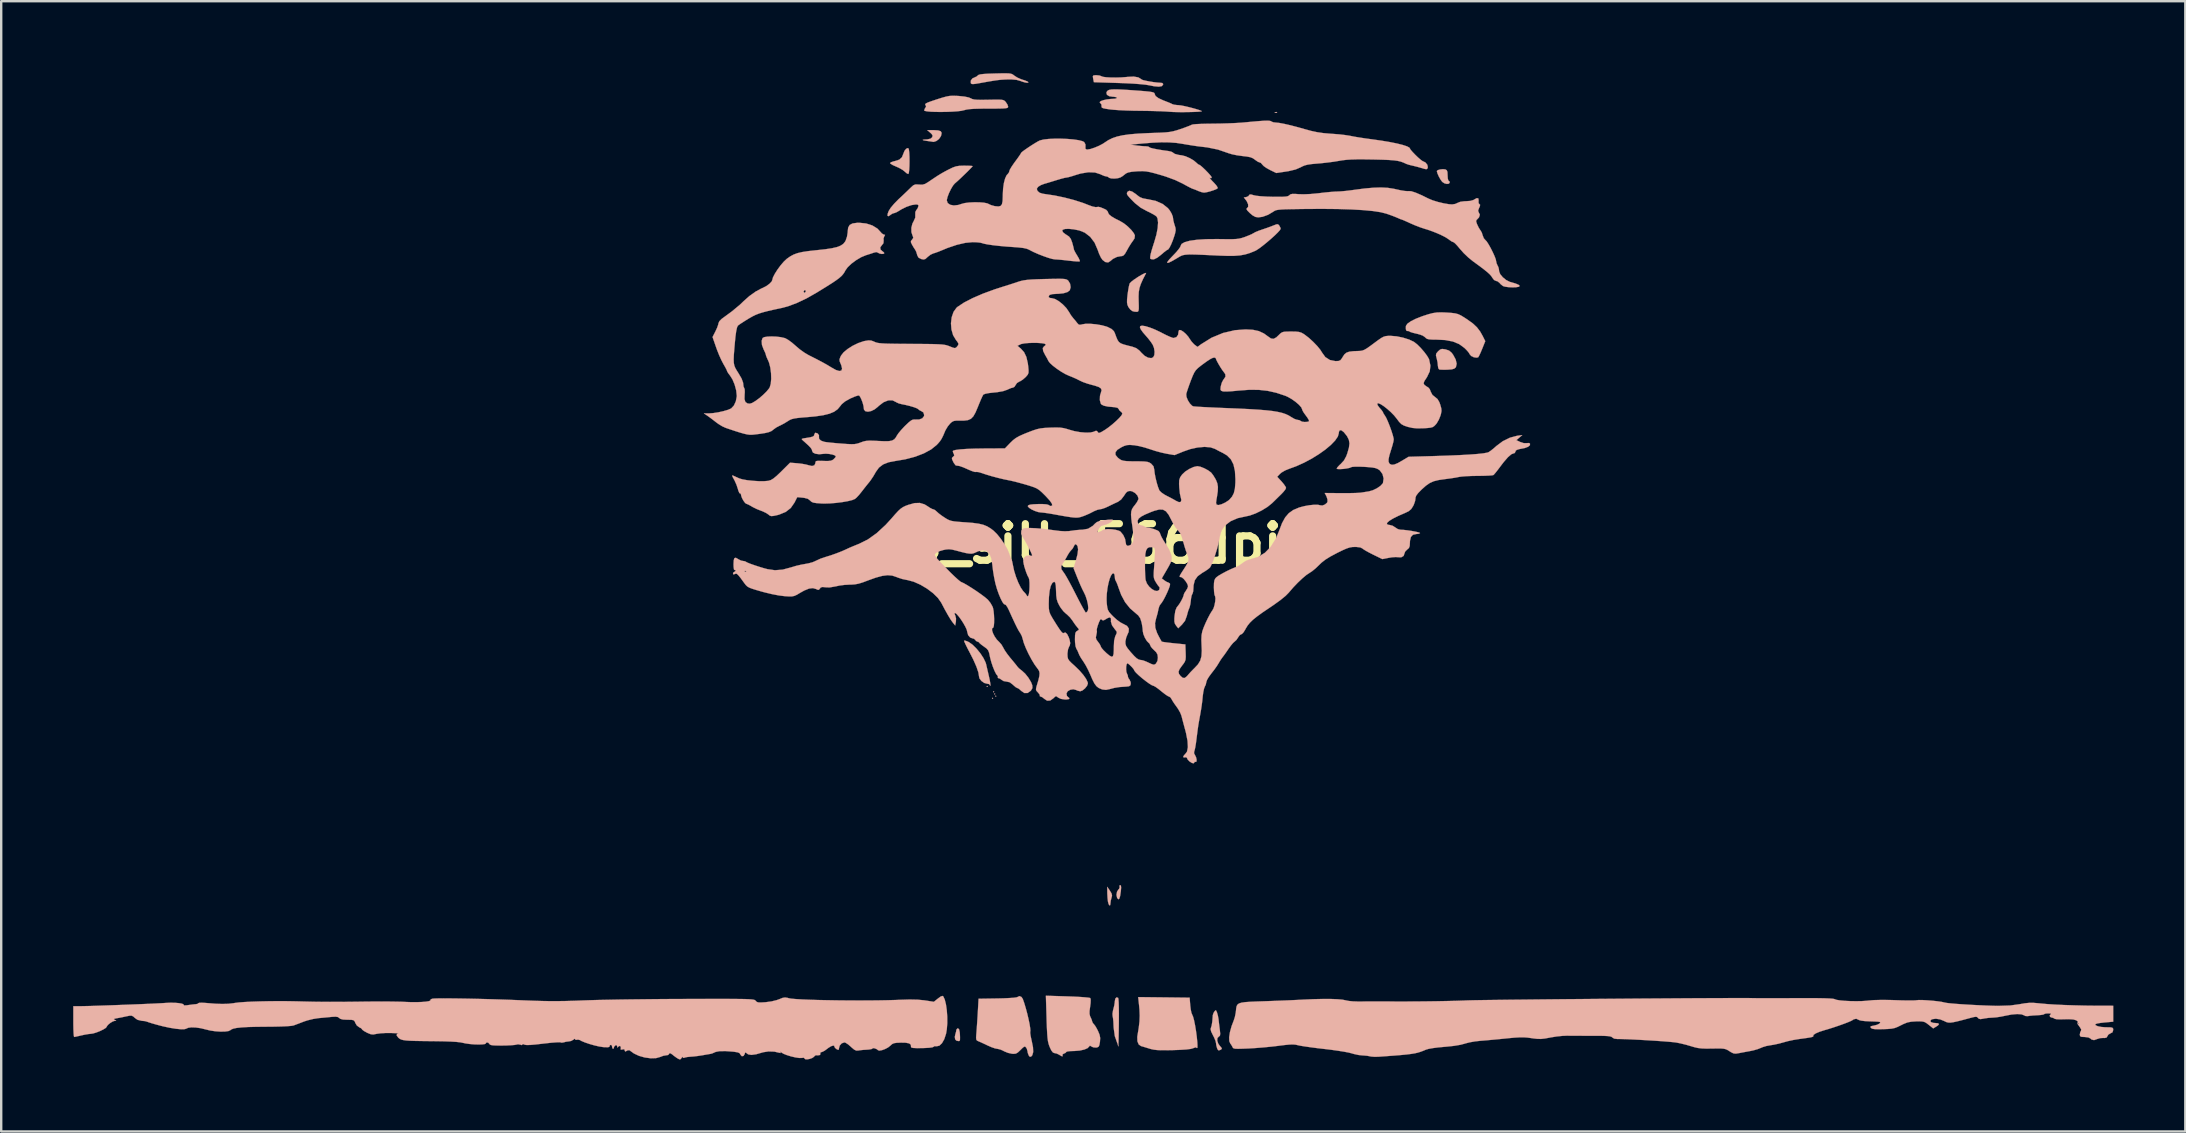
<source format=kicad_pcb>
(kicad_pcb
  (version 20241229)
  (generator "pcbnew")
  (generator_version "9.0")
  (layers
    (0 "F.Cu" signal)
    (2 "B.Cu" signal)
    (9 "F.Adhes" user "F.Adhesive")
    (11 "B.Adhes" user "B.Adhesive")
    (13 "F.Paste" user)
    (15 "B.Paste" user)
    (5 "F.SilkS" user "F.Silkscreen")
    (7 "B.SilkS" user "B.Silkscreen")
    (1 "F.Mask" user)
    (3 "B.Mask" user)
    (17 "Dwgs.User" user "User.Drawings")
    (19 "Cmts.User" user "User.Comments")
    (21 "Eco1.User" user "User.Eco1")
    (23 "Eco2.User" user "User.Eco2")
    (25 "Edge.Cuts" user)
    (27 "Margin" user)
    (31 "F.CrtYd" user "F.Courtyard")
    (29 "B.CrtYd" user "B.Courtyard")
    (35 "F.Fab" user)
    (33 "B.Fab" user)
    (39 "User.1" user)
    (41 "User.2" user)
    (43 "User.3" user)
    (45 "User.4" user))
  (footprint "B_silk_566dpi"
    (layer "F.Cu")
    (at 42.503 19.605)
    (property "Reference" "B_silk_566dpi" (at 0 0 0) (layer "F.SilkS") (effects (font (size 1.524 1.524) (thickness 0.3))))
    (attr through_hole)
    (fp_poly (pts (xy -4.398 5.946) (xy -4.42 5.969) (xy -4.443 5.946) (xy -4.42 5.924) (xy -4.398 5.946)) (stroke (width 0.01) (type solid)) (fill yes) (layer "B.SilkS"))
    (fp_poly (pts (xy -4.173 6.44) (xy -4.196 6.462) (xy -4.218 6.44) (xy -4.196 6.417) (xy -4.173 6.44)) (stroke (width 0.01) (type solid)) (fill yes) (layer "B.SilkS"))
    (fp_poly (pts (xy -4.129 6.17) (xy -4.151 6.193) (xy -4.173 6.17) (xy -4.151 6.148) (xy -4.129 6.17)) (stroke (width 0.01) (type solid)) (fill yes) (layer "B.SilkS"))
    (fp_poly (pts (xy -4.084 6.26) (xy -4.106 6.283) (xy -4.129 6.26) (xy -4.106 6.238) (xy -4.084 6.26)) (stroke (width 0.01) (type solid)) (fill yes) (layer "B.SilkS"))
    (fp_poly (pts (xy -4.039 6.35) (xy -4.061 6.372) (xy -4.084 6.35) (xy -4.061 6.328) (xy -4.039 6.35)) (stroke (width 0.01) (type solid)) (fill yes) (layer "B.SilkS"))
    (fp_poly (pts (xy 7.662 -17.978) (xy 7.648 -17.957) (xy 7.603 -17.954) (xy 7.555 -17.965) (xy 7.576 -17.981) (xy 7.646 -17.987) (xy 7.662 -17.978)) (stroke (width 0.01) (type solid)) (fill yes) (layer "B.SilkS"))
    (fp_poly (pts (xy 0.695 14.46) (xy 0.765 14.578) (xy 0.782 14.667) (xy 0.763 14.742) (xy 0.728 14.874) (xy 0.718 14.969) (xy 0.705 15.06) (xy 0.675 15.072) (xy 0.639 15.014) (xy 0.612 14.91) (xy 0.595 14.758) (xy 0.585 14.579) (xy 0.584 14.518) (xy 0.583 14.295) (xy 0.695 14.46)) (stroke (width 0.01) (type solid)) (fill yes) (layer "B.SilkS"))
    (fp_poly (pts (xy 1.154 14.251) (xy 1.161 14.338) (xy 1.149 14.479) (xy 1.12 14.676) (xy 1.087 14.788) (xy 1.049 14.817) (xy 1.002 14.769) (xy 0.993 14.753) (xy 0.967 14.631) (xy 0.991 14.497) (xy 1.057 14.397) (xy 1.072 14.386) (xy 1.099 14.326) (xy 1.093 14.292) (xy 1.098 14.235) (xy 1.123 14.226) (xy 1.154 14.251)) (stroke (width 0.01) (type solid)) (fill yes) (layer "B.SilkS"))
    (fp_poly (pts (xy -5.592 20.231) (xy -5.565 20.346) (xy -5.558 20.419) (xy -5.552 20.558) (xy -5.553 20.66) (xy -5.557 20.688) (xy -5.577 20.721) (xy -5.624 20.723) (xy -5.707 20.703) (xy -5.755 20.649) (xy -5.769 20.547) (xy -5.745 20.43) (xy -5.74 20.419) (xy -5.714 20.322) (xy -5.704 20.25) (xy -5.663 20.2) (xy -5.636 20.194) (xy -5.592 20.231)) (stroke (width 0.01) (type solid)) (fill yes) (layer "B.SilkS"))
    (fp_poly (pts (xy 14.665 -15.597) (xy 14.674 -15.595) (xy 14.73 -15.561) (xy 14.757 -15.489) (xy 14.764 -15.355) (xy 14.764 -15.345) (xy 14.772 -15.218) (xy 14.793 -15.138) (xy 14.809 -15.123) (xy 14.849 -15.087) (xy 14.854 -15.056) (xy 14.82 -15.003) (xy 14.736 -14.99) (xy 14.632 -15.017) (xy 14.541 -15.077) (xy 14.473 -15.169) (xy 14.4 -15.297) (xy 14.342 -15.428) (xy 14.316 -15.524) (xy 14.316 -15.529) (xy 14.355 -15.565) (xy 14.449 -15.593) (xy 14.564 -15.606) (xy 14.665 -15.597)) (stroke (width 0.01) (type solid)) (fill yes) (layer "B.SilkS"))
    (fp_poly (pts (xy -6.463 -17.222) (xy -6.355 -17.186) (xy -6.317 -17.117) (xy -6.339 -17.006) (xy -6.352 -16.974) (xy -6.428 -16.864) (xy -6.537 -16.78) (xy -6.648 -16.743) (xy -6.678 -16.746) (xy -6.737 -16.756) (xy -6.854 -16.773) (xy -6.933 -16.784) (xy -7.065 -16.806) (xy -7.108 -16.825) (xy -7.061 -16.839) (xy -6.925 -16.847) (xy -6.916 -16.847) (xy -6.78 -16.877) (xy -6.715 -16.932) (xy -6.693 -16.998) (xy -6.727 -17.063) (xy -6.79 -17.123) (xy -6.916 -17.233) (xy -6.65 -17.233) (xy -6.463 -17.222)) (stroke (width 0.01) (type solid)) (fill yes) (layer "B.SilkS"))
    (fp_poly (pts (xy -7.701 -16.473) (xy -7.681 -16.415) (xy -7.667 -16.291) (xy -7.659 -16.125) (xy -7.657 -15.936) (xy -7.66 -15.749) (xy -7.669 -15.583) (xy -7.683 -15.462) (xy -7.703 -15.406) (xy -7.705 -15.405) (xy -7.76 -15.425) (xy -7.841 -15.492) (xy -7.852 -15.503) (xy -7.951 -15.58) (xy -8.099 -15.664) (xy -8.219 -15.717) (xy -8.353 -15.776) (xy -8.442 -15.829) (xy -8.467 -15.863) (xy -8.418 -15.898) (xy -8.311 -15.934) (xy -8.255 -15.946) (xy -8.081 -16.003) (xy -7.973 -16.102) (xy -7.915 -16.245) (xy -7.865 -16.37) (xy -7.796 -16.456) (xy -7.727 -16.485) (xy -7.701 -16.473)) (stroke (width 0.01) (type solid)) (fill yes) (layer "B.SilkS"))
    (fp_poly (pts (xy 14.65 -8.102) (xy 14.681 -8.096) (xy 14.824 -8.048) (xy 14.93 -7.96) (xy 14.993 -7.876) (xy 15.101 -7.676) (xy 15.142 -7.5) (xy 15.112 -7.363) (xy 15.1 -7.344) (xy 15.04 -7.294) (xy 14.936 -7.265) (xy 14.767 -7.252) (xy 14.753 -7.251) (xy 14.595 -7.249) (xy 14.471 -7.253) (xy 14.413 -7.26) (xy 14.376 -7.312) (xy 14.36 -7.414) (xy 14.36 -7.414) (xy 14.347 -7.55) (xy 14.314 -7.705) (xy 14.308 -7.727) (xy 14.279 -7.845) (xy 14.29 -7.922) (xy 14.352 -7.999) (xy 14.372 -8.02) (xy 14.455 -8.092) (xy 14.534 -8.116) (xy 14.65 -8.102)) (stroke (width 0.01) (type solid)) (fill yes) (layer "B.SilkS"))
    (fp_poly (pts (xy 1.032 18.92) (xy 1.037 18.925) (xy 1.049 18.981) (xy 1.059 19.116) (xy 1.065 19.319) (xy 1.068 19.578) (xy 1.067 19.882) (xy 1.066 19.996) (xy 1.062 20.283) (xy 1.057 20.533) (xy 1.053 20.734) (xy 1.048 20.874) (xy 1.045 20.943) (xy 1.042 20.945) (xy 1.013 20.835) (xy 0.993 20.788) (xy 0.898 20.517) (xy 0.851 20.174) (xy 0.846 20.082) (xy 0.838 19.911) (xy 0.823 19.766) (xy 0.807 19.681) (xy 0.801 19.586) (xy 0.822 19.451) (xy 0.837 19.393) (xy 0.875 19.241) (xy 0.896 19.103) (xy 0.898 19.068) (xy 0.918 18.958) (xy 0.968 18.903) (xy 1.032 18.92)) (stroke (width 0.01) (type solid)) (fill yes) (layer "B.SilkS"))
    (fp_poly (pts (xy -5.259 4.064) (xy -5.183 4.099) (xy -5.031 4.207) (xy -4.865 4.371) (xy -4.706 4.566) (xy -4.573 4.769) (xy -4.484 4.954) (xy -4.465 5.019) (xy -4.448 5.094) (xy -4.416 5.233) (xy -4.375 5.409) (xy -4.355 5.493) (xy -4.316 5.67) (xy -4.291 5.813) (xy -4.282 5.899) (xy -4.285 5.915) (xy -4.306 5.904) (xy -4.308 5.886) (xy -4.346 5.847) (xy -4.42 5.834) (xy -4.543 5.801) (xy -4.66 5.719) (xy -4.74 5.614) (xy -4.757 5.545) (xy -4.786 5.367) (xy -4.867 5.126) (xy -4.999 4.827) (xy -5.137 4.555) (xy -5.235 4.369) (xy -5.314 4.21) (xy -5.367 4.095) (xy -5.385 4.044) (xy -5.35 4.035) (xy -5.259 4.064)) (stroke (width 0.01) (type solid)) (fill yes) (layer "B.SilkS"))
    (fp_poly (pts (xy 2.199 -11.27) (xy 2.07 -11.02) (xy 1.981 -10.821) (xy 1.925 -10.652) (xy 1.896 -10.486) (xy 1.888 -10.3) (xy 1.891 -10.129) (xy 1.897 -9.922) (xy 1.897 -9.789) (xy 1.886 -9.712) (xy 1.864 -9.675) (xy 1.827 -9.663) (xy 1.817 -9.662) (xy 1.703 -9.671) (xy 1.629 -9.693) (xy 1.541 -9.76) (xy 1.461 -9.867) (xy 1.458 -9.874) (xy 1.423 -9.958) (xy 1.407 -10.052) (xy 1.409 -10.182) (xy 1.429 -10.372) (xy 1.431 -10.392) (xy 1.458 -10.576) (xy 1.487 -10.733) (xy 1.514 -10.835) (xy 1.521 -10.851) (xy 1.578 -10.91) (xy 1.691 -10.999) (xy 1.841 -11.1) (xy 1.901 -11.138) (xy 2.049 -11.223) (xy 2.153 -11.273) (xy 2.2 -11.282) (xy 2.199 -11.27)) (stroke (width 0.01) (type solid)) (fill yes) (layer "B.SilkS"))
    (fp_poly (pts (xy 0.252 -19.51) (xy 0.333 -19.483) (xy 0.339 -19.478) (xy 0.41 -19.453) (xy 0.549 -19.435) (xy 0.737 -19.425) (xy 0.954 -19.423) (xy 1.179 -19.43) (xy 1.392 -19.447) (xy 1.427 -19.451) (xy 1.686 -19.464) (xy 1.877 -19.431) (xy 2.008 -19.352) (xy 2.019 -19.339) (xy 2.076 -19.317) (xy 2.195 -19.289) (xy 2.352 -19.259) (xy 2.52 -19.232) (xy 2.673 -19.214) (xy 2.78 -19.207) (xy 2.88 -19.196) (xy 2.911 -19.156) (xy 2.909 -19.129) (xy 2.858 -19.066) (xy 2.734 -19.044) (xy 2.535 -19.061) (xy 2.334 -19.101) (xy 2.176 -19.127) (xy 1.942 -19.15) (xy 1.643 -19.172) (xy 1.293 -19.189) (xy 1.034 -19.198) (xy 0.026 -19.23) (xy -0.004 -19.375) (xy -0.018 -19.471) (xy 0.007 -19.512) (xy 0.094 -19.521) (xy 0.131 -19.521) (xy 0.252 -19.51)) (stroke (width 0.01) (type solid)) (fill yes) (layer "B.SilkS"))
    (fp_poly (pts (xy 5.123 19.455) (xy 5.157 19.535) (xy 5.193 19.664) (xy 5.221 19.82) (xy 5.224 19.849) (xy 5.242 20.011) (xy 5.266 20.2) (xy 5.275 20.272) (xy 5.289 20.415) (xy 5.28 20.493) (xy 5.245 20.53) (xy 5.234 20.535) (xy 5.173 20.599) (xy 5.166 20.708) (xy 5.209 20.833) (xy 5.273 20.922) (xy 5.344 21.004) (xy 5.357 21.047) (xy 5.316 21.081) (xy 5.295 21.092) (xy 5.225 21.114) (xy 5.181 21.072) (xy 5.16 21.023) (xy 5.126 20.897) (xy 5.115 20.808) (xy 5.094 20.716) (xy 5.039 20.582) (xy 4.987 20.48) (xy 4.912 20.325) (xy 4.889 20.223) (xy 4.902 20.174) (xy 4.934 20.073) (xy 4.96 19.908) (xy 4.977 19.706) (xy 4.979 19.653) (xy 5.006 19.563) (xy 5.045 19.496) (xy 5.092 19.441) (xy 5.123 19.455)) (stroke (width 0.01) (type solid)) (fill yes) (layer "B.SilkS"))
    (fp_poly (pts (xy 2.944 18.903) (xy 4.016 18.915) (xy 4.041 19.237) (xy 4.062 19.407) (xy 4.091 19.547) (xy 4.124 19.627) (xy 4.125 19.629) (xy 4.16 19.709) (xy 4.2 19.859) (xy 4.241 20.06) (xy 4.28 20.294) (xy 4.313 20.541) (xy 4.336 20.778) (xy 4.342 20.92) (xy 4.337 21.004) (xy 4.32 21.015) (xy 4.272 20.984) (xy 4.19 21.009) (xy 4.165 21.021) (xy 4.063 21.05) (xy 3.879 21.073) (xy 3.611 21.09) (xy 3.323 21.1) (xy 3.035 21.105) (xy 2.818 21.105) (xy 2.653 21.097) (xy 2.52 21.081) (xy 2.4 21.055) (xy 2.32 21.031) (xy 2.168 20.984) (xy 2.047 20.948) (xy 1.988 20.931) (xy 1.893 20.863) (xy 1.839 20.73) (xy 1.834 20.548) (xy 1.843 20.486) (xy 1.896 20.166) (xy 1.926 19.903) (xy 1.935 19.665) (xy 1.926 19.422) (xy 1.907 19.217) (xy 1.872 18.891) (xy 2.944 18.903)) (stroke (width 0.01) (type solid)) (fill yes) (layer "B.SilkS"))
    (fp_poly (pts (xy -3.515 -19.596) (xy -3.429 -19.583) (xy -3.368 -19.56) (xy -3.317 -19.526) (xy -3.289 -19.503) (xy -3.164 -19.423) (xy -3.007 -19.354) (xy -2.961 -19.339) (xy -2.832 -19.297) (xy -2.738 -19.257) (xy -2.717 -19.244) (xy -2.706 -19.214) (xy -2.76 -19.207) (xy -2.857 -19.223) (xy -2.977 -19.259) (xy -3.035 -19.282) (xy -3.198 -19.328) (xy -3.414 -19.347) (xy -3.562 -19.346) (xy -3.707 -19.34) (xy -3.835 -19.332) (xy -3.967 -19.319) (xy -4.12 -19.297) (xy -4.314 -19.266) (xy -4.568 -19.221) (xy -4.727 -19.192) (xy -4.904 -19.162) (xy -5.013 -19.151) (xy -5.072 -19.159) (xy -5.1 -19.186) (xy -5.104 -19.197) (xy -5.102 -19.298) (xy -5.036 -19.387) (xy -4.954 -19.424) (xy -4.854 -19.471) (xy -4.815 -19.508) (xy -4.776 -19.536) (xy -4.7 -19.557) (xy -4.574 -19.572) (xy -4.385 -19.584) (xy -4.121 -19.592) (xy -4.089 -19.593) (xy -3.829 -19.599) (xy -3.643 -19.6) (xy -3.515 -19.596)) (stroke (width 0.01) (type solid)) (fill yes) (layer "B.SilkS"))
    (fp_poly (pts (xy -5.705 -18.661) (xy -5.607 -18.656) (xy -5.365 -18.631) (xy -5.187 -18.594) (xy -5.101 -18.557) (xy -5.041 -18.528) (xy -4.956 -18.508) (xy -4.83 -18.497) (xy -4.648 -18.494) (xy -4.394 -18.498) (xy -4.363 -18.498) (xy -4.114 -18.503) (xy -3.939 -18.503) (xy -3.822 -18.498) (xy -3.747 -18.483) (xy -3.698 -18.458) (xy -3.659 -18.42) (xy -3.642 -18.399) (xy -3.575 -18.297) (xy -3.547 -18.209) (xy -3.553 -18.181) (xy -3.58 -18.16) (xy -3.639 -18.146) (xy -3.744 -18.137) (xy -3.905 -18.132) (xy -4.135 -18.13) (xy -4.37 -18.13) (xy -4.703 -18.128) (xy -4.959 -18.121) (xy -5.15 -18.108) (xy -5.29 -18.088) (xy -5.385 -18.063) (xy -5.499 -18.037) (xy -5.668 -18.017) (xy -5.878 -18.003) (xy -6.11 -17.994) (xy -6.348 -17.991) (xy -6.575 -17.993) (xy -6.775 -18.001) (xy -6.93 -18.016) (xy -7.025 -18.036) (xy -7.046 -18.054) (xy -7.016 -18.135) (xy -6.994 -18.164) (xy -6.965 -18.227) (xy -6.994 -18.28) (xy -7.004 -18.311) (xy -6.974 -18.344) (xy -6.891 -18.385) (xy -6.744 -18.439) (xy -6.525 -18.512) (xy -6.297 -18.584) (xy -6.127 -18.631) (xy -5.99 -18.657) (xy -5.858 -18.665) (xy -5.705 -18.661)) (stroke (width 0.01) (type solid)) (fill yes) (layer "B.SilkS"))
    (fp_poly (pts (xy 14.693 -9.633) (xy 14.914 -9.618) (xy 15.074 -9.599) (xy 15.201 -9.566) (xy 15.322 -9.51) (xy 15.466 -9.422) (xy 15.585 -9.344) (xy 15.816 -9.178) (xy 15.987 -9.018) (xy 16.122 -8.84) (xy 16.225 -8.657) (xy 16.334 -8.441) (xy 16.206 -8.122) (xy 16.14 -7.964) (xy 16.081 -7.839) (xy 16.042 -7.771) (xy 16.038 -7.767) (xy 15.971 -7.753) (xy 15.863 -7.768) (xy 15.855 -7.77) (xy 15.748 -7.822) (xy 15.686 -7.892) (xy 15.685 -7.895) (xy 15.639 -7.971) (xy 15.547 -8.077) (xy 15.465 -8.158) (xy 15.246 -8.317) (xy 14.983 -8.425) (xy 14.665 -8.486) (xy 14.324 -8.503) (xy 14.124 -8.506) (xy 13.992 -8.515) (xy 13.91 -8.535) (xy 13.857 -8.57) (xy 13.831 -8.599) (xy 13.722 -8.675) (xy 13.534 -8.737) (xy 13.473 -8.751) (xy 13.323 -8.787) (xy 13.212 -8.822) (xy 13.167 -8.848) (xy 13.114 -8.867) (xy 13.1 -8.861) (xy 13.054 -8.868) (xy 13.025 -8.937) (xy 13.024 -9.041) (xy 13.032 -9.084) (xy 13.094 -9.172) (xy 13.235 -9.27) (xy 13.442 -9.374) (xy 13.707 -9.478) (xy 13.953 -9.558) (xy 14.147 -9.609) (xy 14.32 -9.635) (xy 14.511 -9.64) (xy 14.693 -9.633)) (stroke (width 0.01) (type solid)) (fill yes) (layer "B.SilkS"))
    (fp_poly (pts (xy 1.619 -14.674) (xy 1.771 -14.572) (xy 1.825 -14.527) (xy 1.94 -14.442) (xy 2.068 -14.39) (xy 2.244 -14.357) (xy 2.28 -14.352) (xy 2.611 -14.281) (xy 2.892 -14.156) (xy 3.11 -13.983) (xy 3.186 -13.889) (xy 3.264 -13.756) (xy 3.313 -13.633) (xy 3.321 -13.584) (xy 3.336 -13.473) (xy 3.373 -13.329) (xy 3.389 -13.28) (xy 3.426 -13.158) (xy 3.434 -13.059) (xy 3.412 -12.941) (xy 3.382 -12.837) (xy 3.314 -12.638) (xy 3.242 -12.464) (xy 3.174 -12.332) (xy 3.119 -12.259) (xy 3.1 -12.251) (xy 3.049 -12.223) (xy 2.954 -12.15) (xy 2.837 -12.049) (xy 2.669 -11.918) (xy 2.536 -11.853) (xy 2.495 -11.847) (xy 2.407 -11.859) (xy 2.373 -11.881) (xy 2.373 -11.956) (xy 2.392 -12.068) (xy 2.435 -12.229) (xy 2.505 -12.455) (xy 2.541 -12.565) (xy 2.631 -12.877) (xy 2.684 -13.153) (xy 2.7 -13.383) (xy 2.678 -13.553) (xy 2.64 -13.63) (xy 2.572 -13.682) (xy 2.446 -13.755) (xy 2.287 -13.836) (xy 2.247 -13.854) (xy 1.972 -14.004) (xy 1.733 -14.195) (xy 1.653 -14.275) (xy 1.519 -14.414) (xy 1.439 -14.507) (xy 1.404 -14.568) (xy 1.404 -14.616) (xy 1.43 -14.666) (xy 1.431 -14.668) (xy 1.503 -14.707) (xy 1.619 -14.674)) (stroke (width 0.01) (type solid)) (fill yes) (layer "B.SilkS"))
    (fp_poly (pts (xy -2.989 18.887) (xy -2.935 18.971) (xy -2.873 19.148) (xy -2.81 19.36) (xy -2.749 19.588) (xy -2.696 19.814) (xy -2.653 20.021) (xy -2.627 20.188) (xy -2.619 20.299) (xy -2.626 20.33) (xy -2.627 20.39) (xy -2.609 20.513) (xy -2.575 20.675) (xy -2.564 20.72) (xy -2.511 20.986) (xy -2.503 21.181) (xy -2.54 21.313) (xy -2.582 21.363) (xy -2.639 21.382) (xy -2.689 21.322) (xy -2.73 21.212) (xy -2.739 21.151) (xy -2.767 21.048) (xy -2.799 20.993) (xy -2.838 20.954) (xy -2.883 20.959) (xy -2.953 21.016) (xy -3.029 21.092) (xy -3.138 21.195) (xy -3.223 21.245) (xy -3.32 21.256) (xy -3.389 21.251) (xy -3.553 21.215) (xy -3.711 21.151) (xy -3.729 21.14) (xy -3.859 21.079) (xy -3.981 21.048) (xy -3.997 21.047) (xy -4.095 21.028) (xy -4.241 20.977) (xy -4.401 20.907) (xy -4.561 20.831) (xy -4.702 20.766) (xy -4.792 20.728) (xy -4.845 20.702) (xy -4.873 20.661) (xy -4.882 20.583) (xy -4.874 20.447) (xy -4.867 20.363) (xy -4.853 20.181) (xy -4.837 19.943) (xy -4.82 19.685) (xy -4.809 19.499) (xy -4.779 18.96) (xy -3.995 18.948) (xy -3.737 18.942) (xy -3.509 18.931) (xy -3.328 18.919) (xy -3.209 18.904) (xy -3.167 18.892) (xy -3.076 18.849) (xy -2.989 18.887)) (stroke (width 0.01) (type solid)) (fill yes) (layer "B.SilkS"))
    (fp_poly (pts (xy -1.069 18.862) (xy -0.792 18.872) (xy -0.545 18.885) (xy -0.342 18.9) (xy -0.198 18.915) (xy -0.127 18.929) (xy -0.123 18.932) (xy -0.106 19) (xy -0.111 19.14) (xy -0.13 19.287) (xy -0.154 19.468) (xy -0.155 19.59) (xy -0.134 19.682) (xy -0.112 19.73) (xy -0.065 19.835) (xy -0.045 19.908) (xy -0.045 19.908) (xy -0.014 19.977) (xy 0.021 20.014) (xy 0.077 20.084) (xy 0.148 20.205) (xy 0.198 20.303) (xy 0.264 20.463) (xy 0.289 20.595) (xy 0.279 20.745) (xy 0.278 20.758) (xy 0.254 20.892) (xy 0.22 20.96) (xy 0.16 20.988) (xy 0.12 20.994) (xy 0.002 20.985) (xy -0.077 20.949) (xy -0.138 20.913) (xy -0.168 20.945) (xy -0.168 20.947) (xy -0.235 21.017) (xy -0.371 21.076) (xy -0.557 21.118) (xy -0.774 21.136) (xy -0.813 21.137) (xy -0.967 21.142) (xy -1.077 21.156) (xy -1.122 21.175) (xy -1.122 21.176) (xy -1.159 21.218) (xy -1.216 21.241) (xy -1.279 21.278) (xy -1.281 21.313) (xy -1.274 21.356) (xy -1.322 21.351) (xy -1.407 21.302) (xy -1.416 21.295) (xy -1.527 21.242) (xy -1.602 21.228) (xy -1.677 21.202) (xy -1.745 21.117) (xy -1.796 21.013) (xy -1.834 20.923) (xy -1.863 20.832) (xy -1.887 20.729) (xy -1.904 20.6) (xy -1.918 20.431) (xy -1.93 20.211) (xy -1.941 19.925) (xy -1.95 19.615) (xy -1.974 18.834) (xy -1.069 18.862)) (stroke (width 0.01) (type solid)) (fill yes) (layer "B.SilkS"))
    (fp_poly (pts (xy 7.733 -13.279) (xy 7.75 -13.257) (xy 7.798 -13.168) (xy 7.808 -13.121) (xy 7.775 -13.064) (xy 7.685 -12.965) (xy 7.554 -12.837) (xy 7.395 -12.694) (xy 7.224 -12.548) (xy 7.057 -12.413) (xy 6.906 -12.3) (xy 6.789 -12.224) (xy 6.758 -12.208) (xy 6.54 -12.118) (xy 6.334 -12.054) (xy 6.118 -12.014) (xy 5.871 -11.995) (xy 5.574 -11.994) (xy 5.273 -12.004) (xy 4.87 -12.023) (xy 4.546 -12.038) (xy 4.29 -12.048) (xy 4.093 -12.052) (xy 3.942 -12.05) (xy 3.829 -12.04) (xy 3.741 -12.024) (xy 3.669 -11.999) (xy 3.602 -11.965) (xy 3.53 -11.922) (xy 3.486 -11.895) (xy 3.28 -11.776) (xy 3.146 -11.711) (xy 3.083 -11.7) (xy 3.09 -11.743) (xy 3.166 -11.842) (xy 3.312 -11.996) (xy 3.313 -11.996) (xy 3.449 -12.14) (xy 3.556 -12.268) (xy 3.622 -12.362) (xy 3.635 -12.397) (xy 3.679 -12.49) (xy 3.809 -12.565) (xy 4.024 -12.624) (xy 4.322 -12.665) (xy 4.7 -12.689) (xy 5.158 -12.694) (xy 5.309 -12.692) (xy 5.587 -12.688) (xy 5.794 -12.689) (xy 5.949 -12.696) (xy 6.071 -12.711) (xy 6.179 -12.736) (xy 6.291 -12.772) (xy 6.328 -12.785) (xy 6.485 -12.847) (xy 6.615 -12.905) (xy 6.687 -12.945) (xy 6.762 -12.986) (xy 6.895 -13.041) (xy 7.046 -13.093) (xy 7.228 -13.155) (xy 7.405 -13.219) (xy 7.514 -13.262) (xy 7.628 -13.306) (xy 7.69 -13.312) (xy 7.733 -13.279)) (stroke (width 0.01) (type solid)) (fill yes) (layer "B.SilkS"))
    (fp_poly (pts (xy 1.085 -18.928) (xy 1.346 -18.914) (xy 1.616 -18.896) (xy 1.93 -18.873) (xy 2.166 -18.854) (xy 2.335 -18.837) (xy 2.447 -18.819) (xy 2.514 -18.8) (xy 2.547 -18.778) (xy 2.558 -18.749) (xy 2.558 -18.742) (xy 2.598 -18.653) (xy 2.72 -18.563) (xy 2.928 -18.468) (xy 2.984 -18.447) (xy 3.131 -18.39) (xy 3.246 -18.341) (xy 3.298 -18.314) (xy 3.367 -18.293) (xy 3.49 -18.277) (xy 3.558 -18.273) (xy 3.658 -18.261) (xy 3.804 -18.233) (xy 3.975 -18.193) (xy 4.151 -18.148) (xy 4.313 -18.102) (xy 4.441 -18.061) (xy 4.514 -18.031) (xy 4.523 -18.018) (xy 4.466 -18.007) (xy 4.339 -17.997) (xy 4.16 -17.99) (xy 3.951 -17.985) (xy 3.73 -17.983) (xy 3.517 -17.984) (xy 3.331 -17.989) (xy 3.192 -17.997) (xy 3.186 -17.998) (xy 3.032 -18.009) (xy 2.809 -18.02) (xy 2.54 -18.028) (xy 2.245 -18.035) (xy 1.975 -18.038) (xy 1.671 -18.042) (xy 1.369 -18.051) (xy 1.09 -18.064) (xy 0.859 -18.08) (xy 0.713 -18.094) (xy 0.525 -18.122) (xy 0.412 -18.146) (xy 0.356 -18.174) (xy 0.344 -18.209) (xy 0.347 -18.222) (xy 0.34 -18.303) (xy 0.318 -18.33) (xy 0.272 -18.385) (xy 0.269 -18.4) (xy 0.31 -18.44) (xy 0.415 -18.479) (xy 0.56 -18.512) (xy 0.72 -18.531) (xy 0.797 -18.534) (xy 0.913 -18.543) (xy 0.981 -18.567) (xy 0.987 -18.579) (xy 0.948 -18.607) (xy 0.849 -18.623) (xy 0.813 -18.624) (xy 0.664 -18.646) (xy 0.571 -18.705) (xy 0.547 -18.789) (xy 0.568 -18.841) (xy 0.604 -18.881) (xy 0.663 -18.91) (xy 0.754 -18.926) (xy 0.891 -18.932) (xy 1.085 -18.928)) (stroke (width 0.01) (type solid)) (fill yes) (layer "B.SilkS"))
    (fp_poly (pts (xy 12.266 -14.829) (xy 12.519 -14.79) (xy 12.626 -14.766) (xy 12.816 -14.724) (xy 12.982 -14.698) (xy 13.1 -14.69) (xy 13.128 -14.693) (xy 13.246 -14.688) (xy 13.434 -14.628) (xy 13.693 -14.516) (xy 13.957 -14.385) (xy 14.133 -14.311) (xy 14.359 -14.241) (xy 14.6 -14.183) (xy 14.821 -14.146) (xy 14.953 -14.137) (xy 15.085 -14.158) (xy 15.188 -14.205) (xy 15.294 -14.247) (xy 15.46 -14.269) (xy 15.527 -14.271) (xy 15.707 -14.284) (xy 15.837 -14.32) (xy 15.866 -14.337) (xy 15.977 -14.399) (xy 16.043 -14.39) (xy 16.058 -14.312) (xy 16.054 -14.29) (xy 16.056 -14.19) (xy 16.089 -14.152) (xy 16.12 -14.119) (xy 16.102 -14.045) (xy 16.078 -13.995) (xy 16.037 -13.884) (xy 16.054 -13.816) (xy 16.061 -13.809) (xy 16.108 -13.708) (xy 16.073 -13.598) (xy 16.02 -13.54) (xy 15.965 -13.484) (xy 15.954 -13.426) (xy 15.985 -13.331) (xy 16 -13.296) (xy 16.061 -13.169) (xy 16.124 -13.07) (xy 16.134 -13.058) (xy 16.189 -12.963) (xy 16.228 -12.841) (xy 16.273 -12.727) (xy 16.339 -12.653) (xy 16.34 -12.652) (xy 16.395 -12.593) (xy 16.472 -12.474) (xy 16.56 -12.318) (xy 16.646 -12.147) (xy 16.72 -11.984) (xy 16.77 -11.853) (xy 16.784 -11.785) (xy 16.805 -11.685) (xy 16.838 -11.609) (xy 16.88 -11.523) (xy 16.901 -11.441) (xy 16.912 -11.344) (xy 16.958 -11.229) (xy 17.063 -11.103) (xy 17.201 -10.99) (xy 17.348 -10.914) (xy 17.382 -10.904) (xy 17.595 -10.842) (xy 17.724 -10.787) (xy 17.77 -10.741) (xy 17.731 -10.706) (xy 17.607 -10.686) (xy 17.468 -10.682) (xy 17.299 -10.69) (xy 17.156 -10.71) (xy 17.075 -10.735) (xy 16.974 -10.814) (xy 16.927 -10.868) (xy 16.844 -10.934) (xy 16.782 -10.95) (xy 16.7 -10.989) (xy 16.627 -11.084) (xy 16.583 -11.153) (xy 16.515 -11.229) (xy 16.412 -11.322) (xy 16.265 -11.44) (xy 16.063 -11.592) (xy 15.811 -11.776) (xy 15.627 -11.926) (xy 15.437 -12.107) (xy 15.283 -12.28) (xy 15.282 -12.281) (xy 15.171 -12.414) (xy 15.076 -12.514) (xy 15.014 -12.563) (xy 15.005 -12.565) (xy 14.938 -12.592) (xy 14.84 -12.659) (xy 14.816 -12.679) (xy 14.687 -12.764) (xy 14.495 -12.862) (xy 14.262 -12.964) (xy 14.012 -13.058) (xy 13.778 -13.132) (xy 13.61 -13.188) (xy 13.406 -13.267) (xy 13.208 -13.353) (xy 13.203 -13.355) (xy 13.048 -13.426) (xy 12.925 -13.48) (xy 12.857 -13.506) (xy 12.851 -13.508) (xy 12.797 -13.525) (xy 12.699 -13.568) (xy 12.684 -13.574) (xy 12.572 -13.622) (xy 12.408 -13.684) (xy 12.226 -13.748) (xy 12.208 -13.754) (xy 11.975 -13.813) (xy 11.655 -13.862) (xy 11.249 -13.9) (xy 10.76 -13.928) (xy 10.19 -13.946) (xy 9.542 -13.952) (xy 8.878 -13.949) (xy 8.511 -13.944) (xy 8.223 -13.939) (xy 8.002 -13.934) (xy 7.839 -13.926) (xy 7.721 -13.915) (xy 7.639 -13.901) (xy 7.58 -13.882) (xy 7.535 -13.858) (xy 7.504 -13.836) (xy 7.285 -13.706) (xy 7.055 -13.622) (xy 6.877 -13.598) (xy 6.757 -13.616) (xy 6.638 -13.681) (xy 6.528 -13.774) (xy 6.42 -13.883) (xy 6.382 -13.949) (xy 6.399 -13.974) (xy 6.454 -14.036) (xy 6.452 -14.142) (xy 6.397 -14.267) (xy 6.368 -14.308) (xy 6.274 -14.428) (xy 6.371 -14.442) (xy 6.459 -14.479) (xy 6.491 -14.518) (xy 6.521 -14.553) (xy 6.588 -14.549) (xy 6.679 -14.522) (xy 6.794 -14.498) (xy 6.98 -14.478) (xy 7.218 -14.463) (xy 7.477 -14.456) (xy 7.734 -14.454) (xy 7.916 -14.457) (xy 8.038 -14.466) (xy 8.114 -14.483) (xy 8.159 -14.509) (xy 8.17 -14.521) (xy 8.219 -14.559) (xy 8.297 -14.576) (xy 8.427 -14.575) (xy 8.547 -14.565) (xy 8.77 -14.559) (xy 9.051 -14.571) (xy 9.361 -14.6) (xy 9.402 -14.605) (xy 9.638 -14.633) (xy 9.865 -14.655) (xy 10.056 -14.67) (xy 10.168 -14.674) (xy 10.315 -14.681) (xy 10.516 -14.699) (xy 10.739 -14.726) (xy 10.841 -14.74) (xy 11.289 -14.799) (xy 11.666 -14.833) (xy 11.986 -14.843) (xy 12.266 -14.829)) (stroke (width 0.01) (type solid)) (fill yes) (layer "B.SilkS"))
    (fp_poly (pts (xy 27.252 18.932) (xy 27.462 18.933) (xy 27.592 18.935) (xy 27.621 18.936) (xy 27.686 18.937) (xy 27.83 18.938) (xy 28.041 18.938) (xy 28.309 18.938) (xy 28.623 18.937) (xy 28.972 18.936) (xy 29.271 18.934) (xy 29.751 18.933) (xy 30.143 18.935) (xy 30.451 18.94) (xy 30.676 18.949) (xy 30.82 18.96) (xy 30.887 18.974) (xy 30.889 18.976) (xy 30.968 19.005) (xy 31.117 19.029) (xy 31.316 19.047) (xy 31.546 19.058) (xy 31.787 19.062) (xy 32.019 19.058) (xy 32.223 19.045) (xy 32.292 19.037) (xy 32.515 19.017) (xy 32.811 19.009) (xy 33.162 19.011) (xy 33.423 19.019) (xy 33.685 19.028) (xy 33.921 19.032) (xy 34.115 19.032) (xy 34.25 19.028) (xy 34.302 19.022) (xy 34.397 19.013) (xy 34.557 19.015) (xy 34.757 19.026) (xy 34.972 19.043) (xy 35.178 19.065) (xy 35.351 19.09) (xy 35.466 19.116) (xy 35.47 19.117) (xy 35.558 19.134) (xy 35.722 19.153) (xy 35.948 19.173) (xy 36.222 19.192) (xy 36.53 19.211) (xy 36.859 19.228) (xy 37.193 19.243) (xy 37.52 19.254) (xy 37.696 19.258) (xy 38.208 19.241) (xy 38.593 19.188) (xy 38.817 19.149) (xy 38.999 19.131) (xy 39.178 19.131) (xy 39.395 19.149) (xy 39.468 19.157) (xy 39.732 19.181) (xy 40.068 19.203) (xy 40.46 19.221) (xy 40.891 19.235) (xy 41.345 19.246) (xy 41.803 19.251) (xy 41.948 19.251) (xy 42.498 19.252) (xy 42.498 19.916) (xy 42.139 19.948) (xy 41.968 19.967) (xy 41.834 19.991) (xy 41.761 20.014) (xy 41.754 20.02) (xy 41.768 20.065) (xy 41.854 20.104) (xy 41.995 20.134) (xy 42.175 20.149) (xy 42.232 20.149) (xy 42.38 20.152) (xy 42.459 20.165) (xy 42.492 20.198) (xy 42.498 20.26) (xy 42.498 20.261) (xy 42.469 20.358) (xy 42.39 20.399) (xy 42.297 20.454) (xy 42.259 20.516) (xy 42.221 20.578) (xy 42.136 20.596) (xy 42.086 20.593) (xy 41.95 20.601) (xy 41.839 20.635) (xy 41.699 20.684) (xy 41.593 20.657) (xy 41.555 20.621) (xy 41.468 20.573) (xy 41.32 20.554) (xy 41.303 20.553) (xy 41.18 20.548) (xy 41.123 20.523) (xy 41.107 20.467) (xy 41.107 20.45) (xy 41.126 20.348) (xy 41.154 20.3) (xy 41.166 20.239) (xy 41.108 20.142) (xy 41.086 20.114) (xy 41.014 20.009) (xy 41.014 19.992) (xy 41.017 19.992) (xy 41.039 20.015) (xy 41.062 19.992) (xy 41.039 19.97) (xy 41.017 19.992) (xy 41.014 19.992) (xy 41.014 19.95) (xy 41.019 19.946) (xy 41.024 19.907) (xy 40.954 19.856) (xy 40.831 19.822) (xy 40.632 19.811) (xy 40.459 19.815) (xy 40.273 19.819) (xy 40.133 19.812) (xy 40.058 19.795) (xy 40.051 19.789) (xy 39.989 19.753) (xy 39.937 19.746) (xy 39.867 19.715) (xy 39.853 19.652) (xy 39.904 19.597) (xy 39.906 19.596) (xy 39.904 19.581) (xy 39.831 19.571) (xy 39.794 19.57) (xy 39.686 19.576) (xy 39.629 19.595) (xy 39.626 19.601) (xy 39.585 19.62) (xy 39.477 19.637) (xy 39.326 19.648) (xy 39.323 19.648) (xy 39.155 19.657) (xy 39.016 19.671) (xy 38.939 19.684) (xy 38.838 19.679) (xy 38.795 19.655) (xy 38.681 19.61) (xy 38.499 19.597) (xy 38.265 19.617) (xy 38.01 19.666) (xy 37.814 19.706) (xy 37.621 19.735) (xy 37.473 19.746) (xy 37.472 19.746) (xy 37.297 19.757) (xy 37.123 19.782) (xy 37.093 19.789) (xy 36.969 19.809) (xy 36.898 19.792) (xy 36.864 19.758) (xy 36.828 19.722) (xy 36.776 19.71) (xy 36.685 19.724) (xy 36.531 19.763) (xy 36.525 19.765) (xy 36.227 19.845) (xy 36.002 19.902) (xy 35.836 19.938) (xy 35.714 19.954) (xy 35.622 19.951) (xy 35.547 19.932) (xy 35.475 19.898) (xy 35.457 19.888) (xy 35.285 19.819) (xy 35.108 19.792) (xy 34.96 19.812) (xy 34.919 19.831) (xy 34.878 19.886) (xy 34.911 19.935) (xy 35.005 19.966) (xy 35.066 19.97) (xy 35.196 19.981) (xy 35.24 20.014) (xy 35.197 20.071) (xy 35.135 20.113) (xy 34.998 20.196) (xy 34.81 20.045) (xy 34.708 19.968) (xy 34.622 19.923) (xy 34.522 19.904) (xy 34.378 19.901) (xy 34.284 19.903) (xy 34.08 19.916) (xy 33.92 19.948) (xy 33.76 20.012) (xy 33.656 20.064) (xy 33.513 20.134) (xy 33.393 20.18) (xy 33.265 20.206) (xy 33.102 20.22) (xy 32.912 20.227) (xy 32.691 20.23) (xy 32.544 20.224) (xy 32.454 20.207) (xy 32.405 20.177) (xy 32.402 20.173) (xy 32.38 20.129) (xy 32.417 20.101) (xy 32.528 20.078) (xy 32.53 20.078) (xy 32.658 20.045) (xy 32.751 19.999) (xy 32.764 19.987) (xy 32.788 19.956) (xy 32.79 19.935) (xy 32.757 19.922) (xy 32.674 19.913) (xy 32.527 19.907) (xy 32.318 19.9) (xy 32.139 19.89) (xy 31.993 19.871) (xy 31.905 19.847) (xy 31.894 19.84) (xy 31.792 19.793) (xy 31.681 19.818) (xy 31.647 19.844) (xy 31.582 19.881) (xy 31.45 19.938) (xy 31.267 20.008) (xy 31.054 20.084) (xy 30.828 20.16) (xy 30.606 20.23) (xy 30.472 20.268) (xy 30.263 20.335) (xy 30.107 20.401) (xy 30.016 20.461) (xy 30 20.508) (xy 30.001 20.529) (xy 29.968 20.549) (xy 29.888 20.569) (xy 29.75 20.592) (xy 29.541 20.621) (xy 29.393 20.641) (xy 29.173 20.677) (xy 28.938 20.728) (xy 28.764 20.776) (xy 28.566 20.83) (xy 28.357 20.875) (xy 28.227 20.896) (xy 28.053 20.927) (xy 27.888 20.977) (xy 27.823 21.005) (xy 27.689 21.058) (xy 27.514 21.109) (xy 27.397 21.134) (xy 27.205 21.169) (xy 27.008 21.206) (xy 26.912 21.225) (xy 26.773 21.247) (xy 26.673 21.236) (xy 26.567 21.183) (xy 26.511 21.147) (xy 26.428 21.095) (xy 26.352 21.061) (xy 26.263 21.041) (xy 26.141 21.032) (xy 25.965 21.032) (xy 25.786 21.035) (xy 25.535 21.037) (xy 25.346 21.03) (xy 25.19 21.011) (xy 25.04 20.976) (xy 24.908 20.937) (xy 24.695 20.875) (xy 24.465 20.819) (xy 24.278 20.782) (xy 24.148 20.767) (xy 23.947 20.749) (xy 23.692 20.729) (xy 23.401 20.709) (xy 23.091 20.69) (xy 22.78 20.672) (xy 22.484 20.657) (xy 22.222 20.645) (xy 22.012 20.639) (xy 21.869 20.638) (xy 21.85 20.639) (xy 21.705 20.622) (xy 21.629 20.574) (xy 21.595 20.547) (xy 21.534 20.528) (xy 21.435 20.515) (xy 21.283 20.507) (xy 21.067 20.503) (xy 20.803 20.503) (xy 20.523 20.503) (xy 20.25 20.502) (xy 20.006 20.501) (xy 19.815 20.5) (xy 19.737 20.499) (xy 19.547 20.507) (xy 19.314 20.531) (xy 19.082 20.568) (xy 19.034 20.577) (xy 18.823 20.616) (xy 18.661 20.634) (xy 18.509 20.632) (xy 18.329 20.612) (xy 18.257 20.601) (xy 18.089 20.578) (xy 17.932 20.567) (xy 17.762 20.568) (xy 17.555 20.58) (xy 17.289 20.605) (xy 17.21 20.613) (xy 16.931 20.641) (xy 16.644 20.668) (xy 16.379 20.692) (xy 16.167 20.71) (xy 16.133 20.712) (xy 15.914 20.736) (xy 15.695 20.774) (xy 15.515 20.819) (xy 15.482 20.83) (xy 15.295 20.879) (xy 15.034 20.923) (xy 14.714 20.957) (xy 14.63 20.964) (xy 14.38 20.987) (xy 14.156 21.016) (xy 13.979 21.047) (xy 13.869 21.078) (xy 13.867 21.079) (xy 13.748 21.129) (xy 13.638 21.17) (xy 13.525 21.205) (xy 13.399 21.234) (xy 13.248 21.259) (xy 13.06 21.282) (xy 12.824 21.305) (xy 12.529 21.329) (xy 12.163 21.356) (xy 11.87 21.377) (xy 11.713 21.379) (xy 11.576 21.368) (xy 11.533 21.359) (xy 11.418 21.337) (xy 11.265 21.323) (xy 11.215 21.321) (xy 11.049 21.303) (xy 10.858 21.261) (xy 10.766 21.234) (xy 10.645 21.203) (xy 10.454 21.167) (xy 10.21 21.128) (xy 9.933 21.089) (xy 9.64 21.053) (xy 9.626 21.052) (xy 9.337 21.018) (xy 9.066 20.983) (xy 8.829 20.949) (xy 8.645 20.92) (xy 8.532 20.897) (xy 8.527 20.895) (xy 8.428 20.873) (xy 8.319 20.864) (xy 8.182 20.868) (xy 7.996 20.886) (xy 7.742 20.917) (xy 7.719 20.921) (xy 7.425 20.955) (xy 7.085 20.988) (xy 6.744 21.015) (xy 6.474 21.031) (xy 6.223 21.041) (xy 6.046 21.045) (xy 5.93 21.043) (xy 5.861 21.031) (xy 5.824 21.01) (xy 5.805 20.978) (xy 5.804 20.974) (xy 5.746 20.871) (xy 5.713 20.831) (xy 5.668 20.727) (xy 5.663 20.561) (xy 5.696 20.347) (xy 5.763 20.103) (xy 5.853 19.868) (xy 5.901 19.717) (xy 5.937 19.536) (xy 5.945 19.468) (xy 5.956 19.355) (xy 5.974 19.268) (xy 6.01 19.203) (xy 6.074 19.156) (xy 6.177 19.123) (xy 6.33 19.101) (xy 6.544 19.086) (xy 6.828 19.074) (xy 7.102 19.065) (xy 7.445 19.053) (xy 7.807 19.039) (xy 8.16 19.025) (xy 8.479 19.01) (xy 8.736 18.997) (xy 8.751 18.996) (xy 9.166 18.978) (xy 9.549 18.969) (xy 9.887 18.969) (xy 10.17 18.98) (xy 10.386 18.999) (xy 10.518 19.026) (xy 10.641 19.051) (xy 10.817 19.069) (xy 11.01 19.075) (xy 11.026 19.075) (xy 11.155 19.075) (xy 11.36 19.074) (xy 11.628 19.074) (xy 11.946 19.074) (xy 12.3 19.074) (xy 12.676 19.075) (xy 12.947 19.075) (xy 13.373 19.074) (xy 13.821 19.07) (xy 14.272 19.064) (xy 14.704 19.056) (xy 15.095 19.047) (xy 15.426 19.036) (xy 15.527 19.031) (xy 15.657 19.027) (xy 15.868 19.022) (xy 16.151 19.017) (xy 16.502 19.012) (xy 16.913 19.007) (xy 17.377 19.001) (xy 17.888 18.996) (xy 18.439 18.99) (xy 19.023 18.984) (xy 19.634 18.978) (xy 20.265 18.973) (xy 20.91 18.967) (xy 21.561 18.962) (xy 22.212 18.957) (xy 22.856 18.952) (xy 23.487 18.948) (xy 24.098 18.944) (xy 24.683 18.94) (xy 25.233 18.937) (xy 25.744 18.935) (xy 26.208 18.933) (xy 26.618 18.932) (xy 26.969 18.931) (xy 27.252 18.932)) (stroke (width 0.01) (type solid)) (fill yes) (layer "B.SilkS"))
    (fp_poly (pts (xy 7.343 -17.622) (xy 7.398 -17.609) (xy 7.419 -17.595) (xy 7.495 -17.561) (xy 7.611 -17.547) (xy 7.613 -17.547) (xy 7.75 -17.533) (xy 7.958 -17.494) (xy 8.22 -17.434) (xy 8.523 -17.355) (xy 8.796 -17.278) (xy 9.076 -17.201) (xy 9.329 -17.147) (xy 9.589 -17.109) (xy 9.89 -17.083) (xy 10.026 -17.074) (xy 10.256 -17.056) (xy 10.488 -17.029) (xy 10.684 -16.999) (xy 10.745 -16.987) (xy 10.898 -16.957) (xy 11.111 -16.922) (xy 11.356 -16.885) (xy 11.601 -16.852) (xy 11.997 -16.796) (xy 12.351 -16.737) (xy 12.654 -16.676) (xy 12.897 -16.615) (xy 13.073 -16.557) (xy 13.173 -16.503) (xy 13.194 -16.469) (xy 13.224 -16.416) (xy 13.304 -16.324) (xy 13.412 -16.211) (xy 13.529 -16.098) (xy 13.637 -16.004) (xy 13.714 -15.947) (xy 13.732 -15.939) (xy 13.841 -15.885) (xy 13.919 -15.79) (xy 13.941 -15.689) (xy 13.937 -15.672) (xy 13.915 -15.62) (xy 13.875 -15.604) (xy 13.792 -15.62) (xy 13.697 -15.649) (xy 13.523 -15.699) (xy 13.344 -15.744) (xy 13.297 -15.754) (xy 13.158 -15.788) (xy 13.047 -15.825) (xy 13.028 -15.834) (xy 12.918 -15.884) (xy 12.807 -15.923) (xy 12.681 -15.953) (xy 12.524 -15.974) (xy 12.324 -15.989) (xy 12.066 -16) (xy 11.736 -16.008) (xy 11.639 -16.01) (xy 11.277 -16.015) (xy 10.987 -16.015) (xy 10.755 -16.009) (xy 10.562 -15.997) (xy 10.394 -15.978) (xy 10.248 -15.954) (xy 10.025 -15.917) (xy 9.754 -15.882) (xy 9.48 -15.852) (xy 9.348 -15.841) (xy 9.109 -15.82) (xy 8.936 -15.795) (xy 8.807 -15.762) (xy 8.698 -15.715) (xy 8.645 -15.686) (xy 8.432 -15.594) (xy 8.139 -15.524) (xy 8.036 -15.508) (xy 7.626 -15.446) (xy 7.361 -15.575) (xy 7.215 -15.656) (xy 7.1 -15.737) (xy 7.046 -15.795) (xy 6.983 -15.867) (xy 6.935 -15.886) (xy 6.863 -15.913) (xy 6.762 -15.981) (xy 6.736 -16.002) (xy 6.649 -16.062) (xy 6.546 -16.104) (xy 6.401 -16.132) (xy 6.205 -16.155) (xy 5.988 -16.185) (xy 5.779 -16.228) (xy 5.615 -16.278) (xy 5.596 -16.286) (xy 5.195 -16.423) (xy 4.744 -16.515) (xy 4.555 -16.537) (xy 4.373 -16.558) (xy 4.14 -16.592) (xy 3.89 -16.632) (xy 3.747 -16.657) (xy 3.465 -16.7) (xy 3.17 -16.722) (xy 2.845 -16.726) (xy 2.472 -16.71) (xy 2.036 -16.675) (xy 1.862 -16.658) (xy 1.548 -16.626) (xy 1.795 -16.593) (xy 1.965 -16.574) (xy 2.123 -16.562) (xy 2.188 -16.56) (xy 2.287 -16.55) (xy 2.333 -16.526) (xy 2.334 -16.523) (xy 2.376 -16.498) (xy 2.494 -16.467) (xy 2.675 -16.431) (xy 2.905 -16.393) (xy 3.137 -16.361) (xy 3.248 -16.336) (xy 3.314 -16.303) (xy 3.316 -16.299) (xy 3.396 -16.244) (xy 3.55 -16.202) (xy 3.698 -16.181) (xy 3.845 -16.143) (xy 4.02 -16.066) (xy 4.184 -15.97) (xy 4.301 -15.872) (xy 4.306 -15.866) (xy 4.371 -15.809) (xy 4.403 -15.796) (xy 4.457 -15.766) (xy 4.551 -15.687) (xy 4.664 -15.58) (xy 4.778 -15.463) (xy 4.873 -15.357) (xy 4.929 -15.281) (xy 4.936 -15.261) (xy 4.909 -15.229) (xy 4.892 -15.236) (xy 4.848 -15.253) (xy 4.868 -15.214) (xy 4.95 -15.122) (xy 5.03 -15.04) (xy 5.124 -14.935) (xy 5.179 -14.85) (xy 5.185 -14.812) (xy 5.128 -14.774) (xy 5.012 -14.728) (xy 4.87 -14.682) (xy 4.729 -14.646) (xy 4.621 -14.63) (xy 4.613 -14.63) (xy 4.519 -14.647) (xy 4.392 -14.691) (xy 4.363 -14.704) (xy 4.244 -14.754) (xy 4.156 -14.785) (xy 4.143 -14.789) (xy 4.082 -14.815) (xy 3.964 -14.875) (xy 3.81 -14.958) (xy 3.734 -15.001) (xy 3.414 -15.154) (xy 3.02 -15.299) (xy 2.787 -15.37) (xy 2.539 -15.44) (xy 2.352 -15.486) (xy 2.203 -15.513) (xy 2.066 -15.523) (xy 1.919 -15.522) (xy 1.813 -15.516) (xy 1.604 -15.498) (xy 1.463 -15.471) (xy 1.37 -15.432) (xy 1.332 -15.403) (xy 1.223 -15.317) (xy 1.136 -15.264) (xy 1.029 -15.23) (xy 0.893 -15.215) (xy 0.762 -15.219) (xy 0.67 -15.242) (xy 0.651 -15.258) (xy 0.587 -15.297) (xy 0.546 -15.303) (xy 0.46 -15.323) (xy 0.339 -15.374) (xy 0.302 -15.393) (xy 0.075 -15.467) (xy -0.204 -15.478) (xy -0.523 -15.425) (xy -0.711 -15.37) (xy -0.879 -15.316) (xy -1.02 -15.276) (xy -1.107 -15.258) (xy -1.115 -15.258) (xy -1.191 -15.245) (xy -1.326 -15.21) (xy -1.493 -15.161) (xy -1.526 -15.151) (xy -1.717 -15.092) (xy -1.901 -15.036) (xy -2.04 -14.996) (xy -2.046 -14.994) (xy -2.181 -14.943) (xy -2.286 -14.879) (xy -2.303 -14.863) (xy -2.351 -14.792) (xy -2.335 -14.724) (xy -2.311 -14.689) (xy -2.236 -14.625) (xy -2.106 -14.584) (xy -1.987 -14.566) (xy -1.608 -14.509) (xy -1.201 -14.424) (xy -0.798 -14.319) (xy -0.429 -14.201) (xy -0.183 -14.105) (xy -0.029 -14.05) (xy 0.096 -14.025) (xy 0.147 -14.028) (xy 0.214 -14.037) (xy 0.3 -14.018) (xy 0.428 -13.966) (xy 0.539 -13.913) (xy 0.602 -13.844) (xy 0.619 -13.795) (xy 0.656 -13.723) (xy 0.754 -13.641) (xy 0.92 -13.542) (xy 1.127 -13.438) (xy 1.282 -13.344) (xy 1.442 -13.215) (xy 1.586 -13.072) (xy 1.691 -12.937) (xy 1.734 -12.847) (xy 1.72 -12.723) (xy 1.652 -12.619) (xy 1.573 -12.509) (xy 1.478 -12.356) (xy 1.412 -12.237) (xy 1.332 -12.095) (xy 1.268 -12.017) (xy 1.203 -11.986) (xy 1.153 -11.982) (xy 0.986 -11.95) (xy 0.819 -11.868) (xy 0.72 -11.783) (xy 0.619 -11.719) (xy 0.5 -11.738) (xy 0.383 -11.828) (xy 0.315 -11.93) (xy 0.242 -12.085) (xy 0.184 -12.246) (xy 0.056 -12.544) (xy -0.126 -12.786) (xy -0.352 -12.961) (xy -0.583 -13.053) (xy -0.818 -13.1) (xy -1.022 -13.12) (xy -1.178 -13.114) (xy -1.272 -13.082) (xy -1.292 -13.052) (xy -1.262 -12.977) (xy -1.15 -12.89) (xy -1.125 -12.876) (xy -1.009 -12.798) (xy -0.937 -12.704) (xy -0.882 -12.56) (xy -0.876 -12.54) (xy -0.838 -12.401) (xy -0.813 -12.298) (xy -0.808 -12.264) (xy -0.785 -12.207) (xy -0.728 -12.101) (xy -0.671 -12.008) (xy -0.601 -11.887) (xy -0.562 -11.798) (xy -0.56 -11.766) (xy -0.613 -11.76) (xy -0.734 -11.765) (xy -0.903 -11.781) (xy -1.022 -11.794) (xy -1.228 -11.818) (xy -1.416 -11.836) (xy -1.557 -11.846) (xy -1.602 -11.848) (xy -1.71 -11.866) (xy -1.875 -11.913) (xy -2.074 -11.983) (xy -2.283 -12.064) (xy -2.479 -12.15) (xy -2.638 -12.23) (xy -2.665 -12.246) (xy -2.768 -12.29) (xy -2.918 -12.323) (xy -3.131 -12.347) (xy -3.298 -12.359) (xy -3.612 -12.381) (xy -3.91 -12.408) (xy -4.177 -12.438) (xy -4.398 -12.47) (xy -4.557 -12.501) (xy -4.633 -12.525) (xy -4.715 -12.545) (xy -4.857 -12.56) (xy -5.027 -12.565) (xy -5.327 -12.537) (xy -5.679 -12.456) (xy -6.066 -12.326) (xy -6.305 -12.227) (xy -6.46 -12.164) (xy -6.602 -12.114) (xy -6.66 -12.098) (xy -6.78 -12.043) (xy -6.898 -11.952) (xy -6.907 -11.943) (xy -6.995 -11.863) (xy -7.074 -11.843) (xy -7.167 -11.862) (xy -7.279 -11.918) (xy -7.334 -12.018) (xy -7.34 -12.044) (xy -7.377 -12.165) (xy -7.421 -12.251) (xy -7.479 -12.337) (xy -7.546 -12.452) (xy -7.549 -12.457) (xy -7.596 -12.554) (xy -7.597 -12.612) (xy -7.551 -12.669) (xy -7.549 -12.671) (xy -7.499 -12.744) (xy -7.521 -12.822) (xy -7.529 -12.835) (xy -7.577 -12.983) (xy -7.579 -13.164) (xy -7.535 -13.34) (xy -7.49 -13.425) (xy -7.417 -13.584) (xy -7.416 -13.7) (xy -7.414 -13.822) (xy -7.38 -13.889) (xy -7.323 -13.967) (xy -7.294 -14.035) (xy -7.284 -14.106) (xy -7.327 -14.133) (xy -7.401 -14.136) (xy -7.574 -14.109) (xy -7.784 -14.037) (xy -7.996 -13.932) (xy -8.077 -13.881) (xy -8.19 -13.815) (xy -8.281 -13.779) (xy -8.298 -13.777) (xy -8.38 -13.749) (xy -8.442 -13.705) (xy -8.529 -13.647) (xy -8.572 -13.662) (xy -8.567 -13.745) (xy -8.526 -13.858) (xy -8.442 -13.993) (xy -8.3 -14.163) (xy -8.117 -14.35) (xy -8.091 -14.374) (xy -7.928 -14.526) (xy -7.774 -14.673) (xy -7.65 -14.793) (xy -7.6 -14.842) (xy -7.499 -14.933) (xy -7.411 -14.97) (xy -7.291 -14.967) (xy -7.262 -14.964) (xy -7.122 -14.959) (xy -7.006 -14.992) (xy -6.884 -15.065) (xy -6.663 -15.214) (xy -6.494 -15.326) (xy -6.354 -15.412) (xy -6.222 -15.488) (xy -6.076 -15.566) (xy -6.033 -15.588) (xy -5.857 -15.674) (xy -5.718 -15.723) (xy -5.577 -15.746) (xy -5.393 -15.752) (xy -5.371 -15.752) (xy -5.208 -15.749) (xy -5.086 -15.744) (xy -5.028 -15.735) (xy -5.026 -15.733) (xy -5.056 -15.694) (xy -5.137 -15.61) (xy -5.251 -15.495) (xy -5.385 -15.365) (xy -5.521 -15.234) (xy -5.645 -15.119) (xy -5.74 -15.035) (xy -5.769 -15.011) (xy -5.844 -14.922) (xy -5.93 -14.777) (xy -6.012 -14.608) (xy -6.074 -14.445) (xy -6.103 -14.319) (xy -6.103 -14.308) (xy -6.065 -14.195) (xy -5.962 -14.123) (xy -5.81 -14.094) (xy -5.628 -14.114) (xy -5.49 -14.158) (xy -5.356 -14.194) (xy -5.17 -14.217) (xy -4.958 -14.227) (xy -4.745 -14.225) (xy -4.556 -14.21) (xy -4.417 -14.182) (xy -4.369 -14.16) (xy -4.263 -14.11) (xy -4.121 -14.07) (xy -4.09 -14.064) (xy -3.953 -14.052) (xy -3.861 -14.074) (xy -3.806 -14.144) (xy -3.778 -14.276) (xy -3.77 -14.48) (xy -3.77 -14.537) (xy -3.757 -14.792) (xy -3.724 -15.026) (xy -3.673 -15.22) (xy -3.609 -15.356) (xy -3.561 -15.406) (xy -3.508 -15.478) (xy -3.5 -15.518) (xy -3.475 -15.587) (xy -3.406 -15.705) (xy -3.306 -15.852) (xy -3.254 -15.923) (xy -3.145 -16.071) (xy -3.061 -16.192) (xy -3.013 -16.268) (xy -3.007 -16.284) (xy -2.972 -16.321) (xy -2.879 -16.392) (xy -2.748 -16.483) (xy -2.598 -16.583) (xy -2.449 -16.677) (xy -2.32 -16.754) (xy -2.229 -16.801) (xy -2.221 -16.804) (xy -2.071 -16.841) (xy -1.862 -16.865) (xy -1.615 -16.877) (xy -1.347 -16.877) (xy -1.078 -16.866) (xy -0.827 -16.845) (xy -0.612 -16.814) (xy -0.453 -16.774) (xy -0.379 -16.737) (xy -0.325 -16.637) (xy -0.325 -16.551) (xy -0.327 -16.46) (xy -0.283 -16.427) (xy -0.241 -16.425) (xy -0.116 -16.446) (xy 0.053 -16.502) (xy 0.235 -16.578) (xy 0.398 -16.664) (xy 0.471 -16.712) (xy 0.627 -16.815) (xy 0.798 -16.899) (xy 0.995 -16.966) (xy 1.23 -17.018) (xy 1.515 -17.058) (xy 1.86 -17.087) (xy 2.277 -17.108) (xy 2.524 -17.117) (xy 2.802 -17.127) (xy 3.014 -17.139) (xy 3.181 -17.157) (xy 3.326 -17.184) (xy 3.471 -17.223) (xy 3.638 -17.278) (xy 3.646 -17.28) (xy 3.829 -17.345) (xy 3.981 -17.403) (xy 4.082 -17.445) (xy 4.109 -17.46) (xy 4.167 -17.472) (xy 4.299 -17.484) (xy 4.492 -17.493) (xy 4.729 -17.499) (xy 4.984 -17.502) (xy 5.29 -17.506) (xy 5.605 -17.515) (xy 5.902 -17.527) (xy 6.154 -17.542) (xy 6.283 -17.553) (xy 6.633 -17.586) (xy 6.904 -17.609) (xy 7.106 -17.623) (xy 7.249 -17.627) (xy 7.343 -17.622)) (stroke (width 0.01) (type solid)) (fill yes) (layer "B.SilkS"))
    (fp_poly (pts (xy -6.25 18.861) (xy -6.188 18.993) (xy -6.138 19.193) (xy -6.103 19.438) (xy -6.084 19.708) (xy -6.083 19.98) (xy -6.102 20.234) (xy -6.134 20.418) (xy -6.208 20.644) (xy -6.304 20.813) (xy -6.412 20.915) (xy -6.524 20.94) (xy -6.536 20.937) (xy -6.619 20.936) (xy -6.65 20.961) (xy -6.702 20.984) (xy -6.832 21.002) (xy -7.029 21.013) (xy -7.136 21.016) (xy -7.353 21.017) (xy -7.493 21.011) (xy -7.569 20.997) (xy -7.594 20.973) (xy -7.594 20.963) (xy -7.601 20.876) (xy -7.672 20.82) (xy -7.814 20.792) (xy -8.011 20.788) (xy -8.188 20.795) (xy -8.302 20.812) (xy -8.38 20.848) (xy -8.449 20.909) (xy -8.452 20.912) (xy -8.55 20.99) (xy -8.678 21.057) (xy -8.809 21.104) (xy -8.916 21.121) (xy -8.97 21.102) (xy -9.025 21.058) (xy -9.107 21.026) (xy -9.177 21.017) (xy -9.2 21.034) (xy -9.24 21.057) (xy -9.344 21.075) (xy -9.435 21.082) (xy -9.597 21.092) (xy -9.741 21.108) (xy -9.791 21.117) (xy -9.875 21.12) (xy -9.961 21.08) (xy -10.073 20.986) (xy -10.1 20.96) (xy -10.215 20.861) (xy -10.318 20.794) (xy -10.369 20.778) (xy -10.48 20.817) (xy -10.565 20.911) (xy -10.591 21.005) (xy -10.605 21.076) (xy -10.624 21.09) (xy -10.69 21.064) (xy -10.755 21.01) (xy -10.789 20.957) (xy -10.785 20.942) (xy -10.796 20.918) (xy -10.843 20.912) (xy -10.929 20.94) (xy -11.043 21.011) (xy -11.086 21.045) (xy -11.197 21.127) (xy -11.293 21.175) (xy -11.319 21.18) (xy -11.374 21.207) (xy -11.37 21.249) (xy -11.383 21.302) (xy -11.476 21.319) (xy -11.56 21.313) (xy -11.606 21.342) (xy -11.638 21.378) (xy -11.708 21.428) (xy -11.813 21.466) (xy -11.921 21.485) (xy -12.002 21.479) (xy -12.027 21.451) (xy -12.063 21.416) (xy -12.143 21.425) (xy -12.251 21.428) (xy -12.41 21.404) (xy -12.592 21.362) (xy -12.77 21.307) (xy -12.915 21.249) (xy -13 21.194) (xy -13.003 21.191) (xy -13.039 21.155) (xy -13.033 21.178) (xy -13.025 21.222) (xy -13.074 21.213) (xy -13.288 21.163) (xy -13.531 21.155) (xy -13.753 21.189) (xy -13.777 21.196) (xy -14.045 21.273) (xy -14.243 21.3) (xy -14.377 21.278) (xy -14.424 21.246) (xy -14.483 21.196) (xy -14.512 21.219) (xy -14.525 21.266) (xy -14.575 21.344) (xy -14.644 21.354) (xy -14.699 21.295) (xy -14.705 21.277) (xy -14.738 21.226) (xy -14.818 21.193) (xy -14.966 21.169) (xy -14.999 21.165) (xy -15.324 21.141) (xy -15.566 21.143) (xy -15.729 21.174) (xy -15.766 21.19) (xy -15.87 21.236) (xy -15.931 21.254) (xy -16.008 21.267) (xy -16.143 21.29) (xy -16.29 21.316) (xy -16.481 21.345) (xy -16.671 21.367) (xy -16.784 21.375) (xy -16.919 21.388) (xy -17.02 21.41) (xy -17.042 21.42) (xy -17.091 21.425) (xy -17.099 21.397) (xy -17.116 21.377) (xy -17.146 21.417) (xy -17.193 21.478) (xy -17.248 21.484) (xy -17.339 21.434) (xy -17.367 21.415) (xy -17.47 21.341) (xy -17.539 21.283) (xy -17.618 21.232) (xy -17.672 21.24) (xy -17.681 21.271) (xy -17.72 21.305) (xy -17.796 21.316) (xy -17.919 21.337) (xy -18.04 21.384) (xy -18.217 21.434) (xy -18.442 21.44) (xy -18.689 21.407) (xy -18.93 21.338) (xy -19.139 21.24) (xy -19.243 21.165) (xy -19.327 21.105) (xy -19.397 21.108) (xy -19.433 21.128) (xy -19.5 21.159) (xy -19.521 21.13) (xy -19.521 21.112) (xy -19.544 21.063) (xy -19.618 21.072) (xy -19.686 21.083) (xy -19.691 21.043) (xy -19.687 21.031) (xy -19.687 20.957) (xy -19.732 20.924) (xy -19.789 20.954) (xy -19.795 20.963) (xy -19.826 20.996) (xy -19.835 20.947) (xy -19.861 20.892) (xy -19.903 20.896) (xy -19.962 20.953) (xy -19.97 20.984) (xy -19.993 21.041) (xy -20.01 21.047) (xy -20.041 21.011) (xy -20.044 20.973) (xy -20.067 20.899) (xy -20.093 20.88) (xy -20.142 20.897) (xy -20.149 20.928) (xy -20.164 20.965) (xy -20.222 20.981) (xy -20.34 20.98) (xy -20.428 20.973) (xy -20.591 20.948) (xy -20.789 20.902) (xy -20.995 20.843) (xy -21.184 20.779) (xy -21.329 20.718) (xy -21.389 20.682) (xy -21.471 20.661) (xy -21.513 20.67) (xy -21.574 20.67) (xy -21.586 20.645) (xy -21.609 20.626) (xy -21.656 20.662) (xy -21.754 20.718) (xy -21.847 20.736) (xy -21.975 20.752) (xy -22.057 20.775) (xy -22.148 20.791) (xy -22.191 20.778) (xy -22.249 20.772) (xy -22.38 20.777) (xy -22.567 20.791) (xy -22.793 20.815) (xy -22.932 20.831) (xy -23.23 20.865) (xy -23.448 20.884) (xy -23.597 20.889) (xy -23.684 20.878) (xy -23.706 20.869) (xy -23.771 20.845) (xy -23.784 20.869) (xy -23.815 20.892) (xy -23.863 20.875) (xy -23.968 20.857) (xy -24.031 20.87) (xy -24.111 20.885) (xy -24.258 20.897) (xy -24.451 20.906) (xy -24.627 20.909) (xy -24.855 20.908) (xy -25.008 20.902) (xy -25.101 20.887) (xy -25.148 20.863) (xy -25.159 20.845) (xy -25.208 20.792) (xy -25.271 20.779) (xy -25.309 20.812) (xy -25.31 20.823) (xy -25.351 20.848) (xy -25.46 20.862) (xy -25.616 20.866) (xy -25.798 20.861) (xy -25.986 20.845) (xy -26.157 20.821) (xy -26.253 20.8) (xy -26.373 20.776) (xy -26.54 20.758) (xy -26.763 20.744) (xy -27.053 20.734) (xy -27.419 20.728) (xy -27.599 20.726) (xy -27.965 20.722) (xy -28.253 20.717) (xy -28.473 20.71) (xy -28.637 20.698) (xy -28.755 20.681) (xy -28.839 20.658) (xy -28.9 20.627) (xy -28.949 20.588) (xy -28.961 20.576) (xy -29.027 20.486) (xy -29.012 20.43) (xy -28.96 20.411) (xy -28.967 20.404) (xy -29.049 20.396) (xy -29.19 20.39) (xy -29.285 20.387) (xy -29.493 20.388) (xy -29.69 20.399) (xy -29.842 20.419) (xy -29.873 20.425) (xy -30 20.449) (xy -30.106 20.438) (xy -30.233 20.387) (xy -30.266 20.371) (xy -30.383 20.306) (xy -30.457 20.251) (xy -30.471 20.23) (xy -30.508 20.188) (xy -30.585 20.149) (xy -30.688 20.071) (xy -30.747 19.97) (xy -30.778 19.897) (xy -30.82 19.856) (xy -30.9 19.839) (xy -31.04 19.835) (xy -31.076 19.835) (xy -31.259 19.827) (xy -31.371 19.798) (xy -31.417 19.763) (xy -31.476 19.721) (xy -31.574 19.707) (xy -31.726 19.715) (xy -31.909 19.733) (xy -32.127 19.753) (xy -32.285 19.768) (xy -32.502 19.802) (xy -32.739 19.86) (xy -32.891 19.91) (xy -33.062 19.976) (xy -33.219 20.035) (xy -33.321 20.073) (xy -33.414 20.09) (xy -33.587 20.104) (xy -33.829 20.115) (xy -34.131 20.122) (xy -34.443 20.125) (xy -34.872 20.129) (xy -35.219 20.138) (xy -35.49 20.154) (xy -35.693 20.176) (xy -35.835 20.206) (xy -35.923 20.244) (xy -35.951 20.268) (xy -36.031 20.306) (xy -36.177 20.326) (xy -36.367 20.329) (xy -36.579 20.315) (xy -36.792 20.284) (xy -36.978 20.239) (xy -37.187 20.188) (xy -37.395 20.158) (xy -37.578 20.152) (xy -37.715 20.17) (xy -37.772 20.198) (xy -37.854 20.227) (xy -38.008 20.231) (xy -38.22 20.211) (xy -38.477 20.17) (xy -38.763 20.108) (xy -38.863 20.083) (xy -39.064 20.029) (xy -39.238 19.979) (xy -39.363 19.939) (xy -39.412 19.921) (xy -39.51 19.892) (xy -39.64 19.88) (xy -39.645 19.88) (xy -39.824 19.837) (xy -39.922 19.768) (xy -40.002 19.698) (xy -40.067 19.665) (xy -40.149 19.665) (xy -40.28 19.691) (xy -40.313 19.698) (xy -40.485 19.735) (xy -40.66 19.768) (xy -40.68 19.771) (xy -40.786 19.793) (xy -40.813 19.813) (xy -40.77 19.838) (xy -40.711 19.866) (xy -40.734 19.876) (xy -40.761 19.877) (xy -40.852 19.905) (xy -40.96 19.97) (xy -41.054 20.048) (xy -41.105 20.117) (xy -41.107 20.129) (xy -41.146 20.176) (xy -41.246 20.238) (xy -41.383 20.305) (xy -41.533 20.364) (xy -41.672 20.406) (xy -41.763 20.42) (xy -41.877 20.432) (xy -42.038 20.46) (xy -42.161 20.487) (xy -42.308 20.521) (xy -42.419 20.545) (xy -42.464 20.553) (xy -42.476 20.511) (xy -42.486 20.395) (xy -42.494 20.221) (xy -42.498 20.005) (xy -42.498 19.912) (xy -42.498 19.272) (xy -42.195 19.27) (xy -42.038 19.267) (xy -41.811 19.262) (xy -41.528 19.253) (xy -41.203 19.242) (xy -40.848 19.23) (xy -40.479 19.216) (xy -40.109 19.202) (xy -39.751 19.188) (xy -39.42 19.174) (xy -39.13 19.161) (xy -38.893 19.149) (xy -38.725 19.14) (xy -38.664 19.135) (xy -38.465 19.126) (xy -38.271 19.128) (xy -38.102 19.142) (xy -37.974 19.164) (xy -37.906 19.193) (xy -37.902 19.214) (xy -37.882 19.237) (xy -37.78 19.234) (xy -37.712 19.224) (xy -37.561 19.203) (xy -37.431 19.189) (xy -37.393 19.187) (xy -37.314 19.17) (xy -37.292 19.145) (xy -37.251 19.13) (xy -37.141 19.126) (xy -36.981 19.135) (xy -36.944 19.138) (xy -36.585 19.167) (xy -36.292 19.177) (xy -36.044 19.17) (xy -35.821 19.145) (xy -35.766 19.135) (xy -35.599 19.114) (xy -35.356 19.096) (xy -35.054 19.081) (xy -34.707 19.07) (xy -34.33 19.062) (xy -33.938 19.059) (xy -33.546 19.061) (xy -33.17 19.068) (xy -33.141 19.069) (xy -32.783 19.078) (xy -32.455 19.085) (xy -32.138 19.089) (xy -31.814 19.091) (xy -31.465 19.09) (xy -31.073 19.088) (xy -30.62 19.083) (xy -30.336 19.079) (xy -29.987 19.076) (xy -29.64 19.075) (xy -29.313 19.077) (xy -29.025 19.081) (xy -28.795 19.086) (xy -28.676 19.092) (xy -28.431 19.101) (xy -28.194 19.102) (xy -27.979 19.095) (xy -27.802 19.08) (xy -27.678 19.06) (xy -27.623 19.035) (xy -27.623 19.024) (xy -27.605 18.986) (xy -27.543 18.959) (xy -27.461 18.951) (xy -27.299 18.946) (xy -27.067 18.944) (xy -26.775 18.946) (xy -26.434 18.95) (xy -26.053 18.956) (xy -25.642 18.965) (xy -25.211 18.976) (xy -24.77 18.989) (xy -24.329 19.004) (xy -23.898 19.021) (xy -23.784 19.026) (xy -23.282 19.045) (xy -22.841 19.057) (xy -22.433 19.06) (xy -22.029 19.056) (xy -21.601 19.044) (xy -21.249 19.03) (xy -20.984 19.021) (xy -20.641 19.011) (xy -20.232 19.003) (xy -19.77 18.994) (xy -19.266 18.987) (xy -18.733 18.981) (xy -18.182 18.975) (xy -17.626 18.971) (xy -17.083 18.969) (xy -16.496 18.967) (xy -15.992 18.966) (xy -15.564 18.966) (xy -15.207 18.966) (xy -14.913 18.968) (xy -14.677 18.97) (xy -14.491 18.974) (xy -14.349 18.98) (xy -14.245 18.987) (xy -14.172 18.996) (xy -14.124 19.007) (xy -14.093 19.02) (xy -14.075 19.035) (xy -14.067 19.046) (xy -14.025 19.088) (xy -13.964 19.111) (xy -13.863 19.116) (xy -13.699 19.107) (xy -13.654 19.104) (xy -13.412 19.072) (xy -13.191 19.018) (xy -13.085 18.98) (xy -12.945 18.924) (xy -12.843 18.907) (xy -12.736 18.923) (xy -12.682 18.939) (xy -12.578 18.957) (xy -12.395 18.973) (xy -12.143 18.988) (xy -11.834 19.001) (xy -11.478 19.012) (xy -11.086 19.02) (xy -10.668 19.027) (xy -10.235 19.031) (xy -9.798 19.033) (xy -9.368 19.032) (xy -8.955 19.028) (xy -8.57 19.021) (xy -8.223 19.011) (xy -8.055 19.004) (xy -7.652 18.992) (xy -7.32 18.999) (xy -7.046 19.025) (xy -7.012 19.03) (xy -6.641 19.087) (xy -6.466 18.946) (xy -6.351 18.864) (xy -6.281 18.842) (xy -6.25 18.861)) (stroke (width 0.01) (type solid)) (fill yes) (layer "B.SilkS"))
    (fp_poly (pts (xy -9.462 -13.343) (xy -9.204 -13.26) (xy -8.995 -13.132) (xy -8.889 -13.019) (xy -8.807 -12.928) (xy -8.732 -12.881) (xy -8.72 -12.88) (xy -8.675 -12.867) (xy -8.702 -12.817) (xy -8.706 -12.813) (xy -8.739 -12.72) (xy -8.734 -12.64) (xy -8.742 -12.522) (xy -8.796 -12.453) (xy -8.875 -12.349) (xy -8.864 -12.258) (xy -8.796 -12.196) (xy -8.726 -12.14) (xy -8.706 -12.106) (xy -8.742 -12.077) (xy -8.825 -12.074) (xy -8.914 -12.094) (xy -8.964 -12.123) (xy -9.038 -12.152) (xy -9.141 -12.128) (xy -9.264 -12.086) (xy -9.419 -12.037) (xy -9.469 -12.022) (xy -9.666 -11.941) (xy -9.875 -11.818) (xy -10.071 -11.673) (xy -10.231 -11.522) (xy -10.324 -11.393) (xy -10.372 -11.305) (xy -10.426 -11.227) (xy -10.495 -11.15) (xy -10.589 -11.068) (xy -10.717 -10.973) (xy -10.89 -10.857) (xy -11.117 -10.713) (xy -11.408 -10.534) (xy -11.533 -10.457) (xy -11.949 -10.221) (xy -12.352 -10.03) (xy -12.724 -9.891) (xy -12.963 -9.827) (xy -13.296 -9.756) (xy -13.558 -9.696) (xy -13.762 -9.643) (xy -13.926 -9.592) (xy -14.064 -9.538) (xy -14.193 -9.475) (xy -14.329 -9.398) (xy -14.373 -9.372) (xy -14.541 -9.268) (xy -14.685 -9.175) (xy -14.783 -9.106) (xy -14.808 -9.085) (xy -14.844 -9.009) (xy -14.878 -8.854) (xy -14.91 -8.616) (xy -14.929 -8.425) (xy -14.957 -8.108) (xy -14.976 -7.865) (xy -14.983 -7.681) (xy -14.978 -7.541) (xy -14.958 -7.431) (xy -14.921 -7.334) (xy -14.867 -7.236) (xy -14.794 -7.121) (xy -14.787 -7.11) (xy -14.654 -6.883) (xy -14.591 -6.712) (xy -14.585 -6.658) (xy -14.573 -6.55) (xy -14.545 -6.488) (xy -14.543 -6.487) (xy -14.525 -6.431) (xy -14.52 -6.316) (xy -14.527 -6.216) (xy -14.532 -6.025) (xy -14.494 -5.905) (xy -14.408 -5.846) (xy -14.311 -5.834) (xy -14.213 -5.865) (xy -14.075 -5.947) (xy -13.916 -6.064) (xy -13.756 -6.201) (xy -13.614 -6.341) (xy -13.51 -6.468) (xy -13.481 -6.515) (xy -13.437 -6.665) (xy -13.419 -6.871) (xy -13.426 -7.105) (xy -13.456 -7.338) (xy -13.508 -7.541) (xy -13.543 -7.626) (xy -13.601 -7.752) (xy -13.637 -7.847) (xy -13.642 -7.874) (xy -13.662 -7.941) (xy -13.712 -8.05) (xy -13.732 -8.089) (xy -13.804 -8.279) (xy -13.817 -8.454) (xy -13.778 -8.571) (xy -13.71 -8.608) (xy -13.577 -8.629) (xy -13.403 -8.636) (xy -13.211 -8.629) (xy -13.026 -8.608) (xy -12.87 -8.573) (xy -12.822 -8.556) (xy -12.705 -8.489) (xy -12.556 -8.38) (xy -12.407 -8.252) (xy -12.395 -8.241) (xy -12.227 -8.098) (xy -12.035 -7.961) (xy -11.87 -7.863) (xy -11.545 -7.699) (xy -11.289 -7.564) (xy -11.088 -7.452) (xy -10.93 -7.356) (xy -10.92 -7.35) (xy -10.725 -7.24) (xy -10.582 -7.196) (xy -10.494 -7.215) (xy -10.466 -7.297) (xy -10.5 -7.44) (xy -10.522 -7.491) (xy -10.567 -7.602) (xy -10.573 -7.683) (xy -10.539 -7.777) (xy -10.508 -7.84) (xy -10.404 -7.973) (xy -10.236 -8.113) (xy -10.026 -8.247) (xy -9.798 -8.358) (xy -9.574 -8.435) (xy -9.522 -8.447) (xy -9.367 -8.472) (xy -9.255 -8.466) (xy -9.145 -8.426) (xy -9.118 -8.413) (xy -9.063 -8.39) (xy -8.997 -8.371) (xy -8.909 -8.357) (xy -8.789 -8.346) (xy -8.626 -8.338) (xy -8.409 -8.333) (xy -8.129 -8.329) (xy -7.774 -8.326) (xy -7.584 -8.326) (xy -7.195 -8.324) (xy -6.884 -8.321) (xy -6.641 -8.317) (xy -6.454 -8.31) (xy -6.313 -8.301) (xy -6.206 -8.289) (xy -6.122 -8.272) (xy -6.051 -8.25) (xy -5.984 -8.224) (xy -5.851 -8.171) (xy -5.773 -8.152) (xy -5.723 -8.167) (xy -5.682 -8.207) (xy -5.625 -8.281) (xy -5.62 -8.345) (xy -5.671 -8.428) (xy -5.72 -8.488) (xy -5.84 -8.688) (xy -5.909 -8.928) (xy -5.929 -9.184) (xy -5.899 -9.435) (xy -5.822 -9.659) (xy -5.697 -9.833) (xy -5.658 -9.867) (xy -5.384 -10.049) (xy -5.028 -10.233) (xy -4.6 -10.418) (xy -4.109 -10.598) (xy -3.702 -10.729) (xy -3.506 -10.79) (xy -3.284 -10.862) (xy -3.141 -10.91) (xy -3.024 -10.946) (xy -2.902 -10.973) (xy -2.761 -10.993) (xy -2.582 -11.008) (xy -2.35 -11.019) (xy -2.048 -11.028) (xy -1.99 -11.029) (xy -1.692 -11.035) (xy -1.47 -11.038) (xy -1.312 -11.037) (xy -1.203 -11.03) (xy -1.132 -11.016) (xy -1.084 -10.995) (xy -1.047 -10.965) (xy -1.037 -10.954) (xy -0.966 -10.834) (xy -0.943 -10.688) (xy -0.977 -10.561) (xy -0.978 -10.56) (xy -1.071 -10.487) (xy -1.236 -10.436) (xy -1.455 -10.413) (xy -1.523 -10.411) (xy -1.7 -10.4) (xy -1.812 -10.369) (xy -1.834 -10.351) (xy -1.861 -10.28) (xy -1.807 -10.24) (xy -1.731 -10.232) (xy -1.597 -10.197) (xy -1.435 -10.105) (xy -1.27 -9.973) (xy -1.123 -9.82) (xy -1.016 -9.664) (xy -1.013 -9.659) (xy -0.927 -9.517) (xy -0.828 -9.389) (xy -0.735 -9.282) (xy -0.661 -9.186) (xy -0.657 -9.182) (xy -0.597 -9.125) (xy -0.516 -9.125) (xy -0.467 -9.14) (xy -0.318 -9.164) (xy -0.113 -9.163) (xy 0.119 -9.142) (xy 0.349 -9.103) (xy 0.549 -9.049) (xy 0.613 -9.024) (xy 0.768 -8.943) (xy 0.858 -8.857) (xy 0.897 -8.781) (xy 0.96 -8.609) (xy 1.012 -8.488) (xy 1.068 -8.406) (xy 1.145 -8.349) (xy 1.262 -8.304) (xy 1.434 -8.257) (xy 1.629 -8.209) (xy 1.795 -8.147) (xy 1.929 -8.044) (xy 2 -7.964) (xy 2.141 -7.829) (xy 2.287 -7.75) (xy 2.419 -7.734) (xy 2.497 -7.769) (xy 2.544 -7.859) (xy 2.555 -7.998) (xy 2.531 -8.156) (xy 2.479 -8.289) (xy 2.403 -8.405) (xy 2.294 -8.546) (xy 2.228 -8.623) (xy 2.071 -8.804) (xy 1.978 -8.934) (xy 1.944 -9.021) (xy 1.959 -9.067) (xy 2.035 -9.085) (xy 2.173 -9.064) (xy 2.359 -9.007) (xy 2.577 -8.921) (xy 2.811 -8.81) (xy 2.872 -8.777) (xy 3.048 -8.688) (xy 3.202 -8.619) (xy 3.312 -8.578) (xy 3.346 -8.572) (xy 3.468 -8.609) (xy 3.536 -8.71) (xy 3.545 -8.78) (xy 3.56 -8.869) (xy 3.583 -8.903) (xy 3.65 -8.897) (xy 3.749 -8.837) (xy 3.86 -8.74) (xy 3.961 -8.624) (xy 4.007 -8.553) (xy 4.098 -8.421) (xy 4.2 -8.31) (xy 4.225 -8.29) (xy 4.344 -8.201) (xy 4.495 -8.313) (xy 4.932 -8.584) (xy 5.408 -8.781) (xy 5.906 -8.897) (xy 6.346 -8.929) (xy 6.653 -8.913) (xy 6.9 -8.859) (xy 7.111 -8.76) (xy 7.278 -8.639) (xy 7.405 -8.552) (xy 7.514 -8.537) (xy 7.626 -8.597) (xy 7.719 -8.684) (xy 7.797 -8.76) (xy 7.865 -8.807) (xy 7.948 -8.831) (xy 8.073 -8.839) (xy 8.247 -8.841) (xy 8.439 -8.838) (xy 8.571 -8.824) (xy 8.671 -8.794) (xy 8.767 -8.74) (xy 8.81 -8.711) (xy 8.985 -8.576) (xy 9.166 -8.41) (xy 9.333 -8.237) (xy 9.464 -8.076) (xy 9.533 -7.965) (xy 9.669 -7.777) (xy 9.859 -7.655) (xy 10.088 -7.609) (xy 10.092 -7.609) (xy 10.221 -7.614) (xy 10.299 -7.647) (xy 10.363 -7.73) (xy 10.396 -7.786) (xy 10.467 -7.892) (xy 10.552 -7.961) (xy 10.67 -8.002) (xy 10.842 -8.022) (xy 11.008 -8.028) (xy 11.123 -8.033) (xy 11.217 -8.049) (xy 11.309 -8.086) (xy 11.42 -8.153) (xy 11.569 -8.259) (xy 11.687 -8.347) (xy 11.868 -8.481) (xy 11.997 -8.57) (xy 12.095 -8.623) (xy 12.183 -8.65) (xy 12.282 -8.66) (xy 12.398 -8.661) (xy 12.643 -8.641) (xy 12.909 -8.586) (xy 13.16 -8.507) (xy 13.361 -8.412) (xy 13.375 -8.402) (xy 13.501 -8.302) (xy 13.645 -8.158) (xy 13.787 -7.994) (xy 13.907 -7.834) (xy 13.984 -7.703) (xy 13.994 -7.678) (xy 14.048 -7.419) (xy 14.02 -7.181) (xy 13.907 -6.944) (xy 13.886 -6.912) (xy 13.797 -6.776) (xy 13.765 -6.687) (xy 13.795 -6.62) (xy 13.892 -6.55) (xy 13.962 -6.508) (xy 14.023 -6.435) (xy 14.061 -6.335) (xy 14.132 -6.2) (xy 14.235 -6.117) (xy 14.343 -6.029) (xy 14.42 -5.899) (xy 14.458 -5.794) (xy 14.5 -5.645) (xy 14.51 -5.532) (xy 14.488 -5.41) (xy 14.467 -5.336) (xy 14.401 -5.172) (xy 14.313 -5.02) (xy 14.275 -4.972) (xy 14.209 -4.904) (xy 14.143 -4.86) (xy 14.053 -4.835) (xy 13.916 -4.82) (xy 13.757 -4.811) (xy 13.504 -4.806) (xy 13.3 -4.824) (xy 13.108 -4.868) (xy 13.095 -4.872) (xy 12.943 -4.924) (xy 12.836 -4.985) (xy 12.744 -5.078) (xy 12.645 -5.21) (xy 12.535 -5.345) (xy 12.397 -5.486) (xy 12.247 -5.619) (xy 12.1 -5.734) (xy 11.972 -5.816) (xy 11.879 -5.853) (xy 11.842 -5.847) (xy 11.841 -5.785) (xy 11.913 -5.681) (xy 11.935 -5.657) (xy 12.018 -5.561) (xy 12.066 -5.491) (xy 12.072 -5.476) (xy 12.097 -5.42) (xy 12.154 -5.335) (xy 12.21 -5.239) (xy 12.279 -5.085) (xy 12.354 -4.898) (xy 12.424 -4.703) (xy 12.48 -4.525) (xy 12.514 -4.389) (xy 12.519 -4.339) (xy 12.505 -4.25) (xy 12.468 -4.106) (xy 12.416 -3.934) (xy 12.407 -3.906) (xy 12.338 -3.681) (xy 12.305 -3.523) (xy 12.305 -3.416) (xy 12.339 -3.344) (xy 12.363 -3.321) (xy 12.44 -3.288) (xy 12.546 -3.3) (xy 12.695 -3.362) (xy 12.885 -3.47) (xy 13.138 -3.622) (xy 14.164 -3.651) (xy 14.75 -3.67) (xy 15.253 -3.691) (xy 15.672 -3.714) (xy 16.007 -3.739) (xy 16.255 -3.766) (xy 16.416 -3.795) (xy 16.473 -3.815) (xy 16.563 -3.876) (xy 16.688 -3.975) (xy 16.796 -4.071) (xy 17.062 -4.27) (xy 17.363 -4.418) (xy 17.666 -4.499) (xy 17.678 -4.5) (xy 17.876 -4.526) (xy 17.753 -4.421) (xy 17.631 -4.315) (xy 17.79 -4.239) (xy 17.936 -4.192) (xy 18.06 -4.191) (xy 18.153 -4.196) (xy 18.197 -4.173) (xy 18.196 -4.106) (xy 18.12 -4.04) (xy 17.987 -3.989) (xy 17.927 -3.976) (xy 17.753 -3.942) (xy 17.65 -3.91) (xy 17.602 -3.875) (xy 17.592 -3.834) (xy 17.557 -3.776) (xy 17.53 -3.77) (xy 17.423 -3.729) (xy 17.28 -3.606) (xy 17.103 -3.403) (xy 16.977 -3.238) (xy 16.862 -3.085) (xy 16.763 -2.96) (xy 16.694 -2.879) (xy 16.675 -2.862) (xy 16.615 -2.849) (xy 16.482 -2.839) (xy 16.296 -2.831) (xy 16.075 -2.827) (xy 16.021 -2.827) (xy 15.779 -2.823) (xy 15.553 -2.814) (xy 15.368 -2.8) (xy 15.245 -2.784) (xy 15.236 -2.782) (xy 15.106 -2.756) (xy 14.922 -2.727) (xy 14.717 -2.699) (xy 14.66 -2.692) (xy 14.393 -2.654) (xy 14.189 -2.604) (xy 14.021 -2.529) (xy 13.861 -2.418) (xy 13.685 -2.261) (xy 13.542 -2.116) (xy 13.46 -2.009) (xy 13.427 -1.925) (xy 13.426 -1.889) (xy 13.41 -1.78) (xy 13.361 -1.638) (xy 13.332 -1.576) (xy 13.249 -1.445) (xy 13.145 -1.356) (xy 12.999 -1.285) (xy 12.714 -1.161) (xy 12.49 -1.049) (xy 12.333 -0.952) (xy 12.246 -0.873) (xy 12.234 -0.817) (xy 12.3 -0.786) (xy 12.353 -0.781) (xy 12.477 -0.747) (xy 12.581 -0.68) (xy 12.689 -0.61) (xy 12.793 -0.583) (xy 12.923 -0.577) (xy 13.084 -0.559) (xy 13.256 -0.534) (xy 13.415 -0.505) (xy 13.54 -0.477) (xy 13.609 -0.452) (xy 13.616 -0.442) (xy 13.558 -0.414) (xy 13.463 -0.404) (xy 13.321 -0.374) (xy 13.234 -0.281) (xy 13.196 -0.117) (xy 13.194 -0.047) (xy 13.185 0.095) (xy 13.152 0.18) (xy 13.082 0.242) (xy 13.081 0.243) (xy 13 0.322) (xy 12.969 0.399) (xy 12.932 0.508) (xy 12.835 0.566) (xy 12.714 0.563) (xy 12.604 0.555) (xy 12.447 0.566) (xy 12.318 0.587) (xy 12.045 0.641) (xy 11.657 0.452) (xy 11.483 0.363) (xy 11.337 0.282) (xy 11.24 0.219) (xy 11.216 0.199) (xy 11.129 0.155) (xy 10.965 0.135) (xy 10.911 0.134) (xy 10.793 0.138) (xy 10.681 0.158) (xy 10.556 0.199) (xy 10.396 0.269) (xy 10.18 0.374) (xy 10.146 0.392) (xy 9.878 0.535) (xy 9.673 0.662) (xy 9.512 0.788) (xy 9.406 0.89) (xy 9.267 1.024) (xy 9.124 1.141) (xy 9.014 1.214) (xy 8.881 1.302) (xy 8.712 1.444) (xy 8.523 1.623) (xy 8.334 1.82) (xy 8.162 2.02) (xy 8.153 2.032) (xy 8.015 2.172) (xy 7.798 2.349) (xy 7.505 2.56) (xy 7.345 2.668) (xy 7.053 2.865) (xy 6.828 3.028) (xy 6.656 3.166) (xy 6.527 3.291) (xy 6.429 3.412) (xy 6.351 3.541) (xy 6.331 3.579) (xy 6.262 3.691) (xy 6.196 3.76) (xy 6.171 3.77) (xy 6.107 3.806) (xy 6.041 3.894) (xy 6.037 3.903) (xy 5.965 4.009) (xy 5.889 4.078) (xy 5.888 4.079) (xy 5.824 4.136) (xy 5.732 4.246) (xy 5.633 4.383) (xy 5.533 4.529) (xy 5.442 4.657) (xy 5.383 4.734) (xy 5.311 4.835) (xy 5.233 4.963) (xy 5.223 4.981) (xy 5.151 5.096) (xy 5.044 5.247) (xy 4.925 5.4) (xy 4.821 5.541) (xy 4.745 5.667) (xy 4.712 5.755) (xy 4.712 5.761) (xy 4.686 5.877) (xy 4.651 5.947) (xy 4.617 6.034) (xy 4.585 6.181) (xy 4.561 6.356) (xy 4.56 6.372) (xy 4.542 6.552) (xy 4.52 6.726) (xy 4.491 6.916) (xy 4.451 7.147) (xy 4.4 7.427) (xy 4.376 7.57) (xy 4.348 7.77) (xy 4.319 7.995) (xy 4.303 8.123) (xy 4.277 8.323) (xy 4.249 8.492) (xy 4.223 8.608) (xy 4.208 8.648) (xy 4.199 8.73) (xy 4.237 8.804) (xy 4.282 8.894) (xy 4.305 8.991) (xy 4.304 9.066) (xy 4.277 9.093) (xy 4.263 9.087) (xy 4.222 9.091) (xy 4.218 9.107) (xy 4.188 9.15) (xy 4.111 9.136) (xy 4.007 9.069) (xy 4.005 9.068) (xy 3.932 8.99) (xy 3.904 8.93) (xy 3.872 8.896) (xy 3.838 8.901) (xy 3.766 8.907) (xy 3.75 8.864) (xy 3.794 8.799) (xy 3.82 8.779) (xy 3.906 8.664) (xy 3.943 8.476) (xy 3.928 8.216) (xy 3.864 7.886) (xy 3.84 7.792) (xy 3.783 7.582) (xy 3.731 7.386) (xy 3.691 7.232) (xy 3.675 7.171) (xy 3.623 7.039) (xy 3.535 6.884) (xy 3.474 6.796) (xy 3.377 6.662) (xy 3.297 6.539) (xy 3.266 6.481) (xy 3.21 6.4) (xy 3.161 6.372) (xy 3.101 6.345) (xy 2.995 6.273) (xy 2.863 6.171) (xy 2.836 6.148) (xy 2.702 6.041) (xy 2.59 5.962) (xy 2.521 5.925) (xy 2.514 5.924) (xy 2.441 5.896) (xy 2.324 5.823) (xy 2.181 5.719) (xy 2.03 5.6) (xy 1.89 5.479) (xy 1.779 5.372) (xy 1.714 5.293) (xy 1.705 5.268) (xy 1.676 5.218) (xy 1.605 5.136) (xy 1.52 5.052) (xy 1.448 4.993) (xy 1.423 4.981) (xy 1.392 5.02) (xy 1.373 5.116) (xy 1.369 5.235) (xy 1.381 5.345) (xy 1.399 5.396) (xy 1.438 5.487) (xy 1.444 5.537) (xy 1.462 5.597) (xy 1.505 5.656) (xy 1.557 5.762) (xy 1.563 5.841) (xy 1.541 5.908) (xy 1.484 5.941) (xy 1.364 5.954) (xy 1.346 5.955) (xy 1.09 5.973) (xy 0.879 6.007) (xy 0.69 6.057) (xy 0.531 6.09) (xy 0.391 6.075) (xy 0.348 6.062) (xy 0.228 6.011) (xy 0.133 5.937) (xy 0.048 5.823) (xy -0.039 5.652) (xy -0.114 5.476) (xy -0.205 5.276) (xy -0.307 5.079) (xy -0.403 4.922) (xy -0.417 4.902) (xy -0.509 4.765) (xy -0.58 4.639) (xy -0.606 4.577) (xy -0.658 4.452) (xy -0.702 4.377) (xy -0.738 4.275) (xy -0.759 4.109) (xy -0.763 3.986) (xy -0.761 3.911) (xy 0.107 3.911) (xy 0.132 3.998) (xy 0.199 4.089) (xy 0.273 4.191) (xy 0.312 4.272) (xy 0.314 4.285) (xy 0.346 4.343) (xy 0.428 4.439) (xy 0.544 4.551) (xy 0.546 4.554) (xy 0.676 4.662) (xy 0.764 4.709) (xy 0.818 4.689) (xy 0.847 4.594) (xy 0.856 4.42) (xy 0.857 4.295) (xy 0.869 4.044) (xy 0.913 3.865) (xy 0.93 3.827) (xy 0.977 3.727) (xy 0.976 3.664) (xy 0.925 3.594) (xy 0.912 3.58) (xy 0.782 3.401) (xy 0.735 3.243) (xy 0.739 3.193) (xy 0.734 3.098) (xy 0.676 3.069) (xy 0.573 3.111) (xy 0.537 3.136) (xy 0.441 3.19) (xy 0.384 3.189) (xy 0.381 3.186) (xy 0.327 3.143) (xy 0.315 3.141) (xy 0.282 3.18) (xy 0.237 3.275) (xy 0.192 3.397) (xy 0.157 3.515) (xy 0.143 3.598) (xy 0.148 3.618) (xy 0.152 3.672) (xy 0.133 3.776) (xy 0.128 3.797) (xy 0.107 3.911) (xy -0.761 3.911) (xy -0.759 3.819) (xy -0.744 3.719) (xy -0.711 3.662) (xy -0.669 3.633) (xy -0.606 3.593) (xy -0.606 3.554) (xy -0.663 3.485) (xy -0.742 3.386) (xy -0.834 3.254) (xy -0.864 3.207) (xy -0.97 3.069) (xy -1.096 2.946) (xy -1.131 2.92) (xy -1.239 2.82) (xy -1.352 2.676) (xy -1.414 2.575) (xy -1.483 2.435) (xy -1.523 2.305) (xy -1.543 2.151) (xy -1.55 1.967) (xy -1.559 1.759) (xy -1.581 1.634) (xy -1.618 1.586) (xy -1.675 1.608) (xy -1.714 1.648) (xy -1.774 1.767) (xy -1.819 1.962) (xy -1.847 2.221) (xy -1.855 2.513) (xy -1.851 2.694) (xy -1.833 2.824) (xy -1.789 2.942) (xy -1.709 3.085) (xy -1.675 3.141) (xy -1.528 3.377) (xy -1.419 3.544) (xy -1.341 3.652) (xy -1.286 3.711) (xy -1.248 3.728) (xy -1.218 3.713) (xy -1.218 3.713) (xy -1.157 3.701) (xy -1.089 3.766) (xy -1.022 3.897) (xy -0.985 4.009) (xy -0.96 4.14) (xy -0.978 4.236) (xy -1.007 4.288) (xy -1.052 4.405) (xy -1.074 4.564) (xy -1.075 4.609) (xy -1.07 4.715) (xy -1.051 4.795) (xy -1.003 4.871) (xy -0.913 4.964) (xy -0.772 5.091) (xy -0.579 5.278) (xy -0.417 5.464) (xy -0.298 5.634) (xy -0.233 5.772) (xy -0.224 5.825) (xy -0.259 5.921) (xy -0.343 6.027) (xy -0.447 6.113) (xy -0.541 6.148) (xy -0.653 6.124) (xy -0.714 6.095) (xy -0.83 6.064) (xy -0.958 6.085) (xy -1.064 6.147) (xy -1.115 6.235) (xy -1.099 6.339) (xy -1.059 6.382) (xy -0.993 6.436) (xy -1.012 6.473) (xy -1.112 6.49) (xy -1.185 6.49) (xy -1.347 6.466) (xy -1.464 6.41) (xy -1.468 6.406) (xy -1.532 6.358) (xy -1.582 6.365) (xy -1.654 6.433) (xy -1.66 6.44) (xy -1.792 6.533) (xy -1.923 6.54) (xy -2.042 6.462) (xy -2.125 6.395) (xy -2.186 6.372) (xy -2.229 6.352) (xy -2.225 6.334) (xy -2.238 6.28) (xy -2.301 6.203) (xy -2.306 6.198) (xy -2.369 6.129) (xy -2.388 6.064) (xy -2.369 5.965) (xy -2.353 5.911) (xy -2.284 5.678) (xy -2.246 5.512) (xy -2.237 5.394) (xy -2.256 5.304) (xy -2.303 5.225) (xy -2.328 5.195) (xy -2.444 5.035) (xy -2.572 4.824) (xy -2.698 4.587) (xy -2.809 4.35) (xy -2.893 4.137) (xy -2.935 3.987) (xy -2.978 3.845) (xy -3.042 3.723) (xy -3.046 3.718) (xy -3.099 3.638) (xy -3.169 3.51) (xy -3.259 3.327) (xy -3.375 3.079) (xy -3.516 2.768) (xy -3.582 2.638) (xy -3.641 2.554) (xy -3.677 2.534) (xy -3.723 2.515) (xy -3.787 2.425) (xy -3.86 2.281) (xy -3.937 2.098) (xy -4.01 1.892) (xy -4.071 1.679) (xy -4.082 1.635) (xy -4.131 1.4) (xy -4.174 1.143) (xy -4.202 0.915) (xy -4.205 0.881) (xy -4.248 0.606) (xy -4.328 0.413) (xy -4.446 0.3) (xy -4.603 0.268) (xy -4.799 0.316) (xy -4.883 0.355) (xy -4.971 0.394) (xy -5.057 0.414) (xy -5.16 0.413) (xy -5.299 0.391) (xy -5.49 0.345) (xy -5.704 0.288) (xy -5.881 0.245) (xy -6.016 0.23) (xy -6.148 0.242) (xy -6.248 0.263) (xy -6.401 0.308) (xy -6.524 0.365) (xy -6.573 0.402) (xy -6.597 0.436) (xy -6.602 0.473) (xy -6.58 0.525) (xy -6.523 0.601) (xy -6.424 0.712) (xy -6.275 0.868) (xy -6.121 1.027) (xy -5.94 1.21) (xy -5.774 1.37) (xy -5.636 1.495) (xy -5.539 1.575) (xy -5.501 1.597) (xy -5.4 1.643) (xy -5.247 1.73) (xy -5.063 1.845) (xy -4.866 1.974) (xy -4.678 2.106) (xy -4.517 2.226) (xy -4.404 2.322) (xy -4.39 2.335) (xy -4.282 2.47) (xy -4.199 2.617) (xy -4.177 2.676) (xy -4.153 2.804) (xy -4.137 2.966) (xy -4.13 3.139) (xy -4.132 3.3) (xy -4.143 3.426) (xy -4.164 3.494) (xy -4.173 3.5) (xy -4.217 3.533) (xy -4.215 3.618) (xy -4.175 3.737) (xy -4.107 3.869) (xy -4.018 3.996) (xy -3.916 4.099) (xy -3.916 4.099) (xy -3.827 4.199) (xy -3.751 4.328) (xy -3.748 4.336) (xy -3.688 4.443) (xy -3.587 4.59) (xy -3.465 4.747) (xy -3.437 4.78) (xy -3.32 4.921) (xy -3.223 5.039) (xy -3.163 5.117) (xy -3.155 5.129) (xy -3.096 5.192) (xy -2.997 5.272) (xy -2.975 5.288) (xy -2.838 5.413) (xy -2.702 5.584) (xy -2.593 5.765) (xy -2.54 5.899) (xy -2.535 6.015) (xy -2.596 6.118) (xy -2.608 6.131) (xy -2.737 6.221) (xy -2.869 6.222) (xy -3 6.133) (xy -3.007 6.126) (xy -3.092 6.049) (xy -3.159 6.014) (xy -3.163 6.013) (xy -3.224 5.983) (xy -3.314 5.908) (xy -3.343 5.879) (xy -3.481 5.773) (xy -3.615 5.744) (xy -3.734 5.724) (xy -3.814 5.677) (xy -3.892 5.62) (xy -3.935 5.61) (xy -3.978 5.588) (xy -3.973 5.568) (xy -3.978 5.51) (xy -3.99 5.5) (xy -4.046 5.431) (xy -4.113 5.299) (xy -4.183 5.126) (xy -4.247 4.935) (xy -4.296 4.75) (xy -4.305 4.708) (xy -4.339 4.546) (xy -4.38 4.442) (xy -4.444 4.367) (xy -4.551 4.288) (xy -4.557 4.284) (xy -4.668 4.203) (xy -4.74 4.14) (xy -4.756 4.117) (xy -4.793 4.087) (xy -4.819 4.084) (xy -4.889 4.048) (xy -4.908 4.016) (xy -4.969 3.96) (xy -5.018 3.949) (xy -5.127 3.909) (xy -5.213 3.81) (xy -5.25 3.68) (xy -5.251 3.672) (xy -5.273 3.581) (xy -5.332 3.454) (xy -5.415 3.307) (xy -5.511 3.159) (xy -5.608 3.027) (xy -5.694 2.93) (xy -5.756 2.885) (xy -5.776 2.889) (xy -5.773 2.939) (xy -5.746 3.003) (xy -5.718 3.117) (xy -5.724 3.252) (xy -5.753 3.407) (xy -5.853 3.285) (xy -5.94 3.163) (xy -6.053 2.977) (xy -6.183 2.745) (xy -6.321 2.484) (xy -6.334 2.458) (xy -6.472 2.26) (xy -6.676 2.06) (xy -6.927 1.871) (xy -7.202 1.708) (xy -7.481 1.584) (xy -7.743 1.514) (xy -7.776 1.509) (xy -7.953 1.472) (xy -8.142 1.411) (xy -8.2 1.387) (xy -8.376 1.328) (xy -8.568 1.312) (xy -8.792 1.34) (xy -9.061 1.413) (xy -9.371 1.524) (xy -9.6 1.61) (xy -9.776 1.664) (xy -9.929 1.693) (xy -10.087 1.704) (xy -10.16 1.705) (xy -10.365 1.716) (xy -10.574 1.743) (xy -10.72 1.775) (xy -10.985 1.822) (xy -11.149 1.816) (xy -11.279 1.803) (xy -11.351 1.822) (xy -11.39 1.868) (xy -11.433 1.921) (xy -11.492 1.916) (xy -11.549 1.888) (xy -11.684 1.85) (xy -11.845 1.87) (xy -12.046 1.952) (xy -12.217 2.048) (xy -12.351 2.128) (xy -12.453 2.174) (xy -12.553 2.195) (xy -12.682 2.196) (xy -12.861 2.185) (xy -13.096 2.156) (xy -13.385 2.101) (xy -13.697 2.026) (xy -13.822 1.992) (xy -14.057 1.924) (xy -14.223 1.872) (xy -14.337 1.827) (xy -14.415 1.781) (xy -14.476 1.723) (xy -14.536 1.646) (xy -14.561 1.612) (xy -14.691 1.433) (xy -14.783 1.319) (xy -14.846 1.259) (xy -14.891 1.244) (xy -14.926 1.26) (xy -14.988 1.28) (xy -15.01 1.258) (xy -15.002 1.205) (xy -14.969 1.184) (xy -14.908 1.139) (xy -14.907 1.137) (xy -14.525 1.137) (xy -14.519 1.164) (xy -14.495 1.167) (xy -14.458 1.15) (xy -14.465 1.137) (xy -14.518 1.131) (xy -14.525 1.137) (xy -14.907 1.137) (xy -14.899 1.114) (xy -14.927 1.092) (xy -14.944 1.099) (xy -14.97 1.076) (xy -14.985 0.972) (xy -14.989 0.855) (xy -14.98 0.687) (xy -14.951 0.599) (xy -14.892 0.586) (xy -14.798 0.639) (xy -14.784 0.649) (xy -14.676 0.703) (xy -14.604 0.717) (xy -14.512 0.732) (xy -14.477 0.751) (xy -14.414 0.785) (xy -14.286 0.837) (xy -14.113 0.898) (xy -13.917 0.962) (xy -13.718 1.022) (xy -13.575 1.06) (xy -13.265 1.105) (xy -12.942 1.08) (xy -12.585 0.984) (xy -12.573 0.98) (xy -12.379 0.922) (xy -12.158 0.871) (xy -12.033 0.849) (xy -11.862 0.817) (xy -11.71 0.777) (xy -11.629 0.745) (xy -11.365 0.623) (xy -11.129 0.544) (xy -10.93 0.483) (xy -10.702 0.402) (xy -10.481 0.316) (xy -10.305 0.238) (xy -10.28 0.226) (xy -10.162 0.171) (xy -9.992 0.099) (xy -9.802 0.022) (xy -9.754 0.003) (xy -9.392 -0.177) (xy -9.022 -0.442) (xy -8.651 -0.785) (xy -8.42 -1.037) (xy -8.254 -1.228) (xy -8.128 -1.364) (xy -8.026 -1.458) (xy -7.93 -1.523) (xy -7.825 -1.575) (xy -7.714 -1.617) (xy -7.448 -1.692) (xy -7.227 -1.699) (xy -7.031 -1.64) (xy -6.918 -1.571) (xy -6.8 -1.493) (xy -6.704 -1.444) (xy -6.671 -1.436) (xy -6.599 -1.405) (xy -6.525 -1.341) (xy -6.442 -1.266) (xy -6.313 -1.168) (xy -6.196 -1.09) (xy -6.096 -1.027) (xy -6.008 -0.983) (xy -5.913 -0.952) (xy -5.792 -0.93) (xy -5.626 -0.913) (xy -5.394 -0.896) (xy -5.325 -0.892) (xy -5.014 -0.867) (xy -4.772 -0.834) (xy -4.582 -0.789) (xy -4.423 -0.724) (xy -4.276 -0.635) (xy -4.158 -0.546) (xy -4.011 -0.402) (xy -3.853 -0.207) (xy -3.704 0.011) (xy -3.582 0.224) (xy -3.506 0.404) (xy -3.463 0.534) (xy -3.425 0.629) (xy -3.412 0.651) (xy -3.384 0.72) (xy -3.357 0.841) (xy -3.349 0.886) (xy -3.298 1.126) (xy -3.22 1.378) (xy -3.125 1.619) (xy -3.023 1.824) (xy -2.923 1.972) (xy -2.896 2) (xy -2.815 2.088) (xy -2.77 2.157) (xy -2.737 2.196) (xy -2.706 2.167) (xy -2.681 2.088) (xy -2.663 1.951) (xy -2.655 1.787) (xy -2.656 1.623) (xy -2.668 1.49) (xy -2.69 1.417) (xy -2.69 1.417) (xy -2.74 1.327) (xy -2.798 1.181) (xy -2.854 1.011) (xy -2.873 0.939) (xy -1.336 0.939) (xy -1.324 1.066) (xy -1.24 1.187) (xy -1.187 1.262) (xy -1.103 1.403) (xy -0.996 1.596) (xy -0.874 1.825) (xy -0.746 2.075) (xy -0.74 2.087) (xy -0.617 2.328) (xy -0.506 2.54) (xy -0.413 2.709) (xy -0.346 2.823) (xy -0.311 2.871) (xy -0.309 2.872) (xy -0.261 2.837) (xy -0.226 2.785) (xy -0.208 2.682) (xy -0.223 2.525) (xy -0.265 2.341) (xy -0.277 2.304) (xy 0.554 2.304) (xy 0.562 2.478) (xy 0.581 2.642) (xy 0.609 2.755) (xy 0.662 2.849) (xy 0.754 2.954) (xy 0.837 3.038) (xy 0.98 3.167) (xy 1.125 3.274) (xy 1.242 3.338) (xy 1.247 3.339) (xy 1.407 3.424) (xy 1.483 3.538) (xy 1.473 3.678) (xy 1.436 3.757) (xy 1.374 3.906) (xy 1.34 4.068) (xy 1.34 4.077) (xy 1.342 4.174) (xy 1.369 4.262) (xy 1.433 4.362) (xy 1.546 4.5) (xy 1.566 4.523) (xy 1.707 4.679) (xy 1.811 4.776) (xy 1.897 4.827) (xy 1.982 4.847) (xy 2.012 4.848) (xy 2.093 4.868) (xy 2.219 4.917) (xy 2.309 4.959) (xy 2.44 5.019) (xy 2.519 5.041) (xy 2.573 5.026) (xy 2.612 4.995) (xy 2.675 4.883) (xy 2.693 4.749) (xy 2.678 4.621) (xy 2.622 4.521) (xy 2.536 4.437) (xy 2.441 4.342) (xy 2.385 4.262) (xy 2.378 4.238) (xy 2.344 4.163) (xy 2.32 4.142) (xy 2.234 4.055) (xy 2.151 3.918) (xy 2.088 3.766) (xy 2.064 3.644) (xy 2.054 3.519) (xy 2.028 3.356) (xy 2.011 3.274) (xy 1.957 3.106) (xy 1.876 2.989) (xy 1.799 2.923) (xy 1.533 2.693) (xy 1.327 2.437) (xy 1.164 2.133) (xy 1.056 1.84) (xy 1.006 1.698) (xy 0.96 1.59) (xy 0.937 1.55) (xy 0.907 1.477) (xy 0.898 1.385) (xy 0.884 1.286) (xy 0.858 1.237) (xy 0.799 1.244) (xy 0.739 1.326) (xy 0.682 1.466) (xy 0.632 1.649) (xy 0.591 1.86) (xy 0.564 2.084) (xy 0.554 2.304) (xy -0.277 2.304) (xy -0.327 2.158) (xy -0.393 2.019) (xy -0.45 1.908) (xy -0.527 1.741) (xy -0.61 1.546) (xy -0.652 1.444) (xy -0.819 1.026) (xy -0.769 0.857) (xy 2.154 0.857) (xy 2.156 1.079) (xy 2.162 1.279) (xy 2.172 1.435) (xy 2.181 1.514) (xy 2.234 1.655) (xy 2.325 1.783) (xy 2.438 1.886) (xy 2.555 1.953) (xy 2.66 1.972) (xy 2.737 1.934) (xy 2.757 1.9) (xy 2.763 1.824) (xy 2.748 1.799) (xy 2.703 1.747) (xy 2.635 1.647) (xy 2.606 1.601) (xy 2.559 1.517) (xy 2.53 1.438) (xy 2.518 1.343) (xy 2.52 1.207) (xy 2.533 1.008) (xy 2.535 0.972) (xy 2.557 0.684) (xy 2.57 0.474) (xy 2.575 0.328) (xy 2.569 0.235) (xy 2.552 0.182) (xy 2.52 0.156) (xy 2.475 0.147) (xy 2.439 0.143) (xy 2.332 0.146) (xy 2.255 0.187) (xy 2.203 0.276) (xy 2.171 0.424) (xy 2.157 0.642) (xy 2.154 0.857) (xy -0.769 0.857) (xy -0.724 0.704) (xy -0.655 0.434) (xy -0.632 0.235) (xy -0.654 0.102) (xy -0.695 0.045) (xy -0.75 0.019) (xy -0.789 0.065) (xy -0.802 0.098) (xy -0.864 0.208) (xy -0.919 0.268) (xy -0.985 0.346) (xy -1.062 0.467) (xy -1.086 0.513) (xy -1.164 0.653) (xy -1.243 0.777) (xy -1.263 0.803) (xy -1.336 0.939) (xy -2.873 0.939) (xy -2.897 0.849) (xy -2.917 0.728) (xy -2.917 0.716) (xy -2.882 0.581) (xy -2.785 0.506) (xy -2.684 0.495) (xy -2.588 0.5) (xy -2.546 0.499) (xy -2.552 0.461) (xy -2.592 0.364) (xy -2.656 0.229) (xy -2.736 0.074) (xy -2.819 -0.081) (xy -2.898 -0.216) (xy -2.946 -0.29) (xy -3 -0.421) (xy -2.992 -0.542) (xy -2.922 -0.625) (xy -2.921 -0.626) (xy -2.821 -0.649) (xy -2.645 -0.656) (xy -2.407 -0.646) (xy -2.12 -0.622) (xy -1.797 -0.583) (xy -1.66 -0.564) (xy -1.393 -0.53) (xy -1.185 -0.518) (xy -1.007 -0.526) (xy -0.92 -0.538) (xy -0.732 -0.564) (xy -0.543 -0.58) (xy -0.449 -0.583) (xy -0.218 -0.623) (xy -0.02 -0.744) (xy 0.074 -0.84) (xy 0.151 -0.902) (xy 0.273 -0.946) (xy 0.462 -0.979) (xy 0.471 -0.98) (xy 0.629 -0.998) (xy 0.749 -1.005) (xy 0.807 -1.001) (xy 0.808 -1.001) (xy 0.8 -0.959) (xy 0.733 -0.901) (xy 0.629 -0.841) (xy 0.514 -0.794) (xy 0.455 -0.78) (xy 0.324 -0.738) (xy 0.242 -0.646) (xy 0.222 -0.608) (xy 0.179 -0.512) (xy 0.181 -0.477) (xy 0.229 -0.482) (xy 0.244 -0.486) (xy 0.349 -0.533) (xy 0.394 -0.567) (xy 0.476 -0.599) (xy 0.615 -0.61) (xy 0.782 -0.601) (xy 0.946 -0.576) (xy 1.079 -0.537) (xy 1.136 -0.503) (xy 1.249 -0.364) (xy 1.326 -0.198) (xy 1.346 -0.079) (xy 1.37 0.046) (xy 1.436 0.093) (xy 1.539 0.059) (xy 1.568 0.04) (xy 1.627 -0.016) (xy 1.663 -0.09) (xy 1.679 -0.197) (xy 1.674 -0.352) (xy 1.651 -0.569) (xy 1.62 -0.785) (xy 1.604 -0.904) (xy 1.849 -0.904) (xy 1.885 -0.807) (xy 1.975 -0.77) (xy 2.078 -0.743) (xy 2.129 -0.714) (xy 2.207 -0.68) (xy 2.264 -0.672) (xy 2.375 -0.655) (xy 2.522 -0.612) (xy 2.66 -0.559) (xy 2.721 -0.527) (xy 2.77 -0.462) (xy 2.801 -0.381) (xy 2.84 -0.289) (xy 2.916 -0.152) (xy 3.014 0.002) (xy 3.027 0.022) (xy 3.162 0.248) (xy 3.241 0.446) (xy 3.255 0.508) (xy 3.265 0.609) (xy 3.256 0.698) (xy 3.22 0.799) (xy 3.15 0.935) (xy 3.07 1.075) (xy 2.855 1.445) (xy 2.964 1.529) (xy 3.058 1.59) (xy 3.125 1.615) (xy 3.186 1.651) (xy 3.2 1.677) (xy 3.192 1.745) (xy 3.15 1.868) (xy 3.085 2.023) (xy 3.007 2.188) (xy 2.927 2.34) (xy 2.855 2.456) (xy 2.812 2.507) (xy 2.757 2.59) (xy 2.718 2.714) (xy 2.715 2.731) (xy 2.685 2.876) (xy 2.638 3.048) (xy 2.619 3.109) (xy 2.574 3.311) (xy 2.586 3.504) (xy 2.658 3.716) (xy 2.721 3.844) (xy 2.787 3.967) (xy 2.837 4.054) (xy 2.854 4.08) (xy 2.903 4.091) (xy 3.022 4.109) (xy 3.193 4.13) (xy 3.354 4.147) (xy 3.837 4.196) (xy 3.85 4.535) (xy 3.854 4.711) (xy 3.846 4.828) (xy 3.815 4.917) (xy 3.756 5.008) (xy 3.704 5.074) (xy 3.598 5.222) (xy 3.554 5.33) (xy 3.57 5.421) (xy 3.637 5.511) (xy 3.73 5.589) (xy 3.811 5.594) (xy 3.902 5.522) (xy 3.949 5.467) (xy 4.058 5.344) (xy 4.185 5.214) (xy 4.212 5.188) (xy 4.361 5.03) (xy 4.458 4.871) (xy 4.509 4.688) (xy 4.522 4.458) (xy 4.514 4.266) (xy 4.504 4.005) (xy 4.513 3.808) (xy 4.544 3.65) (xy 4.55 3.631) (xy 4.606 3.476) (xy 4.686 3.291) (xy 4.777 3.1) (xy 4.866 2.931) (xy 4.941 2.809) (xy 4.963 2.779) (xy 5.012 2.69) (xy 5.053 2.556) (xy 5.081 2.407) (xy 5.091 2.275) (xy 5.078 2.191) (xy 5.071 2.181) (xy 5.049 2.117) (xy 5.033 1.989) (xy 5.026 1.826) (xy 5.026 1.816) (xy 5.03 1.64) (xy 5.047 1.528) (xy 5.082 1.452) (xy 5.129 1.4) (xy 5.222 1.332) (xy 5.372 1.244) (xy 5.552 1.148) (xy 5.737 1.059) (xy 5.9 0.989) (xy 5.969 0.965) (xy 6.075 0.913) (xy 6.198 0.827) (xy 6.226 0.804) (xy 6.362 0.714) (xy 6.513 0.656) (xy 6.54 0.65) (xy 6.865 0.554) (xy 7.153 0.377) (xy 7.401 0.123) (xy 7.607 -0.207) (xy 7.746 -0.543) (xy 7.866 -0.857) (xy 7.996 -1.095) (xy 8.147 -1.272) (xy 8.332 -1.404) (xy 8.565 -1.503) (xy 8.604 -1.516) (xy 8.8 -1.567) (xy 9.007 -1.604) (xy 9.202 -1.623) (xy 9.36 -1.623) (xy 9.456 -1.601) (xy 9.457 -1.601) (xy 9.545 -1.591) (xy 9.652 -1.632) (xy 9.737 -1.704) (xy 9.759 -1.745) (xy 9.759 -1.846) (xy 9.719 -1.968) (xy 9.716 -1.974) (xy 9.644 -2.113) (xy 10.308 -2.107) (xy 10.56 -2.107) (xy 10.794 -2.11) (xy 10.989 -2.116) (xy 11.124 -2.125) (xy 11.152 -2.128) (xy 11.316 -2.154) (xy 11.476 -2.179) (xy 11.488 -2.181) (xy 11.651 -2.228) (xy 11.819 -2.309) (xy 11.964 -2.408) (xy 12.058 -2.508) (xy 12.072 -2.536) (xy 12.098 -2.719) (xy 12.052 -2.902) (xy 11.944 -3.051) (xy 11.92 -3.071) (xy 11.842 -3.119) (xy 11.751 -3.153) (xy 11.624 -3.176) (xy 11.44 -3.193) (xy 11.291 -3.203) (xy 11.078 -3.211) (xy 10.904 -3.21) (xy 10.788 -3.201) (xy 10.752 -3.19) (xy 10.682 -3.16) (xy 10.562 -3.135) (xy 10.422 -3.116) (xy 10.287 -3.108) (xy 10.185 -3.111) (xy 10.142 -3.129) (xy 10.142 -3.13) (xy 10.173 -3.183) (xy 10.253 -3.27) (xy 10.318 -3.329) (xy 10.447 -3.47) (xy 10.542 -3.647) (xy 10.587 -3.769) (xy 10.653 -4.002) (xy 10.675 -4.181) (xy 10.65 -4.329) (xy 10.58 -4.47) (xy 10.56 -4.499) (xy 10.443 -4.646) (xy 10.344 -4.723) (xy 10.273 -4.729) (xy 10.235 -4.661) (xy 10.232 -4.612) (xy 10.192 -4.468) (xy 10.078 -4.3) (xy 9.902 -4.117) (xy 9.674 -3.925) (xy 9.404 -3.733) (xy 9.105 -3.547) (xy 8.785 -3.377) (xy 8.457 -3.229) (xy 8.158 -3.12) (xy 7.995 -3.053) (xy 7.85 -2.969) (xy 7.784 -2.914) (xy 7.665 -2.79) (xy 7.849 -2.591) (xy 7.947 -2.473) (xy 8.014 -2.374) (xy 8.033 -2.325) (xy 8.003 -2.259) (xy 7.924 -2.159) (xy 7.842 -2.072) (xy 7.697 -1.93) (xy 7.535 -1.771) (xy 7.446 -1.685) (xy 7.258 -1.533) (xy 7.02 -1.387) (xy 6.764 -1.262) (xy 6.52 -1.174) (xy 6.378 -1.143) (xy 6.02 -1.065) (xy 5.725 -0.938) (xy 5.498 -0.766) (xy 5.357 -0.573) (xy 5.313 -0.456) (xy 5.27 -0.292) (xy 5.246 -0.165) (xy 5.209 0.015) (xy 5.154 0.227) (xy 5.086 0.449) (xy 5.013 0.661) (xy 4.942 0.84) (xy 4.882 0.964) (xy 4.858 0.998) (xy 4.783 1.061) (xy 4.658 1.146) (xy 4.545 1.213) (xy 4.35 1.354) (xy 4.232 1.52) (xy 4.179 1.732) (xy 4.173 1.852) (xy 4.164 1.982) (xy 4.139 2.075) (xy 4.128 2.092) (xy 4.098 2.161) (xy 4.074 2.285) (xy 4.066 2.363) (xy 4.046 2.515) (xy 4.016 2.642) (xy 4 2.682) (xy 3.961 2.781) (xy 3.919 2.925) (xy 3.902 2.997) (xy 3.823 3.212) (xy 3.697 3.37) (xy 3.54 3.523) (xy 3.451 3.411) (xy 3.402 3.333) (xy 3.38 3.242) (xy 3.38 3.108) (xy 3.388 3.008) (xy 3.419 2.799) (xy 3.472 2.662) (xy 3.503 2.622) (xy 3.58 2.522) (xy 3.661 2.389) (xy 3.729 2.255) (xy 3.767 2.151) (xy 3.77 2.128) (xy 3.795 2.059) (xy 3.858 1.965) (xy 3.859 1.962) (xy 3.923 1.858) (xy 3.949 1.77) (xy 3.921 1.68) (xy 3.853 1.569) (xy 3.768 1.466) (xy 3.687 1.401) (xy 3.655 1.391) (xy 3.609 1.385) (xy 3.598 1.357) (xy 3.627 1.291) (xy 3.7 1.173) (xy 3.744 1.107) (xy 3.864 0.919) (xy 3.938 0.783) (xy 3.971 0.679) (xy 3.968 0.586) (xy 3.934 0.482) (xy 3.917 0.443) (xy 3.862 0.298) (xy 3.801 0.107) (xy 3.747 -0.089) (xy 3.747 -0.09) (xy 3.684 -0.304) (xy 3.613 -0.454) (xy 3.526 -0.561) (xy 3.435 -0.673) (xy 3.334 -0.833) (xy 3.254 -0.988) (xy 3.14 -1.208) (xy 3.029 -1.35) (xy 2.903 -1.42) (xy 2.746 -1.425) (xy 2.541 -1.371) (xy 2.391 -1.315) (xy 2.152 -1.213) (xy 1.989 -1.126) (xy 1.892 -1.045) (xy 1.851 -0.964) (xy 1.849 -0.904) (xy 1.604 -0.904) (xy 1.587 -1.033) (xy 1.574 -1.213) (xy 1.584 -1.345) (xy 1.619 -1.45) (xy 1.683 -1.549) (xy 1.728 -1.603) (xy 1.817 -1.725) (xy 1.874 -1.835) (xy 1.885 -1.883) (xy 1.845 -2.002) (xy 1.747 -2.111) (xy 1.618 -2.184) (xy 1.532 -2.199) (xy 1.442 -2.184) (xy 1.368 -2.127) (xy 1.287 -2.007) (xy 1.284 -2.001) (xy 1.162 -1.842) (xy 1.028 -1.745) (xy 1.023 -1.743) (xy 0.901 -1.688) (xy 0.742 -1.612) (xy 0.636 -1.559) (xy 0.487 -1.492) (xy 0.352 -1.447) (xy 0.284 -1.436) (xy 0.178 -1.414) (xy 0.041 -1.359) (xy -0.014 -1.33) (xy -0.174 -1.249) (xy -0.359 -1.17) (xy -0.435 -1.142) (xy -0.521 -1.114) (xy -0.6 -1.095) (xy -0.687 -1.087) (xy -0.795 -1.09) (xy -0.936 -1.106) (xy -1.126 -1.135) (xy -1.377 -1.178) (xy -1.689 -1.235) (xy -1.876 -1.266) (xy -2.044 -1.29) (xy -2.16 -1.301) (xy -2.176 -1.301) (xy -2.297 -1.32) (xy -2.438 -1.367) (xy -2.573 -1.43) (xy -2.677 -1.498) (xy -2.726 -1.558) (xy -2.727 -1.571) (xy -2.7 -1.605) (xy -2.627 -1.628) (xy -2.491 -1.643) (xy -2.315 -1.651) (xy -2.115 -1.652) (xy -1.963 -1.642) (xy -1.877 -1.623) (xy -1.869 -1.617) (xy -1.789 -1.574) (xy -1.764 -1.571) (xy -1.708 -1.597) (xy -1.726 -1.674) (xy -1.815 -1.801) (xy -1.977 -1.978) (xy -2.008 -2.01) (xy -2.142 -2.142) (xy -2.249 -2.235) (xy -2.352 -2.302) (xy -2.476 -2.356) (xy -2.644 -2.412) (xy -2.805 -2.461) (xy -3.029 -2.524) (xy -3.246 -2.582) (xy -3.428 -2.625) (xy -3.523 -2.644) (xy -3.726 -2.685) (xy -3.979 -2.746) (xy -4.245 -2.817) (xy -4.489 -2.891) (xy -4.652 -2.946) (xy -4.776 -2.983) (xy -4.867 -2.993) (xy -4.886 -2.988) (xy -4.946 -2.992) (xy -5.063 -3.03) (xy -5.216 -3.094) (xy -5.267 -3.118) (xy -5.43 -3.188) (xy -5.568 -3.236) (xy -5.657 -3.252) (xy -5.67 -3.25) (xy -5.734 -3.264) (xy -5.806 -3.359) (xy -5.828 -3.398) (xy -5.88 -3.509) (xy -5.89 -3.57) (xy -5.86 -3.609) (xy -5.842 -3.621) (xy -5.792 -3.673) (xy -5.81 -3.743) (xy -5.822 -3.763) (xy -5.839 -3.807) (xy 0.923 -3.807) (xy 0.93 -3.697) (xy 1.025 -3.582) (xy 1.109 -3.518) (xy 1.178 -3.48) (xy 1.267 -3.455) (xy 1.393 -3.441) (xy 1.576 -3.434) (xy 1.758 -3.433) (xy 1.989 -3.431) (xy 2.15 -3.424) (xy 2.26 -3.409) (xy 2.338 -3.382) (xy 2.403 -3.342) (xy 2.408 -3.339) (xy 2.51 -3.226) (xy 2.541 -3.092) (xy 2.559 -2.935) (xy 2.596 -2.741) (xy 2.645 -2.541) (xy 2.699 -2.362) (xy 2.749 -2.234) (xy 2.763 -2.21) (xy 2.841 -2.133) (xy 2.969 -2.045) (xy 3.065 -1.993) (xy 3.226 -1.911) (xy 3.38 -1.827) (xy 3.447 -1.787) (xy 3.572 -1.731) (xy 3.649 -1.744) (xy 3.67 -1.822) (xy 3.655 -1.892) (xy 3.611 -2.082) (xy 3.584 -2.335) (xy 3.576 -2.491) (xy 3.581 -2.647) (xy 3.62 -2.765) (xy 3.701 -2.882) (xy 3.83 -3.004) (xy 4 -3.114) (xy 4.179 -3.196) (xy 4.333 -3.231) (xy 4.344 -3.231) (xy 4.469 -3.206) (xy 4.629 -3.142) (xy 4.786 -3.057) (xy 4.907 -2.968) (xy 4.921 -2.953) (xy 5 -2.849) (xy 5.086 -2.708) (xy 5.116 -2.651) (xy 5.17 -2.515) (xy 5.194 -2.368) (xy 5.188 -2.188) (xy 5.154 -1.954) (xy 5.135 -1.852) (xy 5.116 -1.702) (xy 5.141 -1.625) (xy 5.221 -1.611) (xy 5.348 -1.645) (xy 5.502 -1.716) (xy 5.642 -1.808) (xy 5.669 -1.832) (xy 5.782 -1.961) (xy 5.858 -2.108) (xy 5.902 -2.295) (xy 5.921 -2.539) (xy 5.923 -2.687) (xy 5.903 -3.031) (xy 5.842 -3.304) (xy 5.734 -3.516) (xy 5.575 -3.677) (xy 5.408 -3.777) (xy 5.25 -3.856) (xy 5.095 -3.939) (xy 5.071 -3.952) (xy 4.882 -4.016) (xy 4.635 -4.035) (xy 4.349 -4.01) (xy 4.043 -3.943) (xy 3.769 -3.848) (xy 3.387 -3.693) (xy 3.051 -3.751) (xy 2.836 -3.798) (xy 2.59 -3.865) (xy 2.365 -3.938) (xy 2.356 -3.941) (xy 2.141 -4.01) (xy 1.912 -4.067) (xy 1.714 -4.102) (xy 1.699 -4.104) (xy 1.524 -4.117) (xy 1.399 -4.108) (xy 1.283 -4.072) (xy 1.177 -4.022) (xy 1.006 -3.914) (xy 0.923 -3.807) (xy -5.839 -3.807) (xy -5.852 -3.84) (xy -5.844 -3.874) (xy -5.741 -3.905) (xy -5.554 -3.93) (xy -5.288 -3.949) (xy -4.947 -3.962) (xy -4.537 -3.968) (xy -4.521 -3.968) (xy -3.68 -3.972) (xy -3.458 -4.203) (xy -3.343 -4.314) (xy -3.226 -4.403) (xy -3.086 -4.483) (xy -2.897 -4.568) (xy -2.751 -4.627) (xy -2.528 -4.713) (xy -2.355 -4.77) (xy -2.201 -4.805) (xy -2.033 -4.824) (xy -1.821 -4.836) (xy -1.785 -4.837) (xy -1.549 -4.842) (xy -1.373 -4.837) (xy -1.229 -4.816) (xy -1.088 -4.779) (xy -1.022 -4.757) (xy -0.795 -4.693) (xy -0.553 -4.649) (xy -0.322 -4.629) (xy -0.125 -4.633) (xy 0.015 -4.664) (xy 0.028 -4.67) (xy 0.115 -4.707) (xy 0.162 -4.69) (xy 0.185 -4.656) (xy 0.215 -4.62) (xy 0.262 -4.619) (xy 0.345 -4.658) (xy 0.483 -4.741) (xy 0.484 -4.741) (xy 0.639 -4.849) (xy 0.802 -4.979) (xy 0.957 -5.116) (xy 1.088 -5.244) (xy 1.178 -5.35) (xy 1.212 -5.419) (xy 1.212 -5.419) (xy 1.176 -5.486) (xy 1.149 -5.502) (xy 1.084 -5.563) (xy 1.066 -5.603) (xy 1.013 -5.662) (xy 0.888 -5.689) (xy 0.871 -5.69) (xy 0.615 -5.713) (xy 0.44 -5.75) (xy 0.339 -5.803) (xy 0.314 -5.835) (xy 0.274 -5.982) (xy 0.28 -6.159) (xy 0.301 -6.232) (xy 3.873 -6.232) (xy 3.885 -6.116) (xy 3.942 -5.975) (xy 4.027 -5.841) (xy 4.121 -5.746) (xy 4.161 -5.726) (xy 4.225 -5.718) (xy 4.367 -5.707) (xy 4.574 -5.695) (xy 4.834 -5.682) (xy 5.135 -5.668) (xy 5.465 -5.654) (xy 5.52 -5.652) (xy 6.057 -5.63) (xy 6.513 -5.608) (xy 6.896 -5.584) (xy 7.214 -5.558) (xy 7.477 -5.528) (xy 7.692 -5.492) (xy 7.869 -5.451) (xy 8.015 -5.402) (xy 8.139 -5.345) (xy 8.249 -5.278) (xy 8.26 -5.271) (xy 8.382 -5.201) (xy 8.491 -5.163) (xy 8.515 -5.161) (xy 8.605 -5.142) (xy 8.639 -5.116) (xy 8.699 -5.086) (xy 8.805 -5.072) (xy 8.914 -5.077) (xy 8.986 -5.1) (xy 8.992 -5.107) (xy 8.979 -5.159) (xy 8.921 -5.255) (xy 8.86 -5.338) (xy 8.774 -5.456) (xy 8.718 -5.552) (xy 8.706 -5.59) (xy 8.669 -5.679) (xy 8.569 -5.792) (xy 8.426 -5.915) (xy 8.258 -6.033) (xy 8.082 -6.13) (xy 8 -6.165) (xy 7.628 -6.289) (xy 7.268 -6.37) (xy 6.897 -6.411) (xy 6.491 -6.413) (xy 6.03 -6.379) (xy 5.938 -6.369) (xy 5.738 -6.351) (xy 5.561 -6.342) (xy 5.433 -6.344) (xy 5.396 -6.349) (xy 5.327 -6.375) (xy 5.301 -6.423) (xy 5.308 -6.524) (xy 5.315 -6.565) (xy 5.355 -6.708) (xy 5.416 -6.827) (xy 5.432 -6.846) (xy 5.508 -6.959) (xy 5.501 -7.064) (xy 5.437 -7.155) (xy 5.373 -7.24) (xy 5.295 -7.361) (xy 5.216 -7.493) (xy 5.151 -7.613) (xy 5.113 -7.696) (xy 5.11 -7.719) (xy 5.084 -7.746) (xy 5.056 -7.755) (xy 4.989 -7.748) (xy 4.888 -7.7) (xy 4.743 -7.607) (xy 4.543 -7.462) (xy 4.48 -7.414) (xy 4.362 -7.32) (xy 4.277 -7.234) (xy 4.21 -7.135) (xy 4.145 -6.998) (xy 4.067 -6.802) (xy 4.061 -6.786) (xy 3.989 -6.59) (xy 3.928 -6.414) (xy 3.886 -6.282) (xy 3.873 -6.232) (xy 0.301 -6.232) (xy 0.321 -6.302) (xy 0.347 -6.397) (xy 0.32 -6.47) (xy 0.23 -6.53) (xy 0.066 -6.586) (xy -0.057 -6.618) (xy -0.248 -6.672) (xy -0.431 -6.737) (xy -0.561 -6.797) (xy -0.705 -6.87) (xy -0.887 -6.95) (xy -1.01 -6.998) (xy -1.164 -7.069) (xy -1.342 -7.172) (xy -1.521 -7.293) (xy -1.683 -7.417) (xy -1.806 -7.53) (xy -1.871 -7.617) (xy -1.873 -7.621) (xy -1.913 -7.705) (xy -1.981 -7.824) (xy -2.005 -7.864) (xy -2.088 -8.03) (xy -2.103 -8.153) (xy -2.05 -8.225) (xy -2.038 -8.23) (xy -1.986 -8.278) (xy -1.984 -8.308) (xy -2.036 -8.337) (xy -2.155 -8.356) (xy -2.32 -8.367) (xy -2.507 -8.37) (xy -2.696 -8.363) (xy -2.865 -8.348) (xy -2.99 -8.324) (xy -3.026 -8.311) (xy -3.158 -8.246) (xy -3.016 -8.128) (xy -2.882 -7.979) (xy -2.787 -7.781) (xy -2.727 -7.518) (xy -2.71 -7.386) (xy -2.696 -7.224) (xy -2.699 -7.121) (xy -2.728 -7.047) (xy -2.79 -6.972) (xy -2.826 -6.934) (xy -2.939 -6.836) (xy -3.048 -6.768) (xy -3.081 -6.756) (xy -3.179 -6.695) (xy -3.232 -6.618) (xy -3.286 -6.535) (xy -3.341 -6.507) (xy -3.421 -6.487) (xy -3.539 -6.438) (xy -3.578 -6.418) (xy -3.754 -6.357) (xy -4.004 -6.313) (xy -4.14 -6.3) (xy -4.345 -6.277) (xy -4.497 -6.248) (xy -4.577 -6.215) (xy -4.582 -6.21) (xy -4.618 -6.146) (xy -4.677 -6.017) (xy -4.749 -5.846) (xy -4.803 -5.712) (xy -4.904 -5.473) (xy -4.996 -5.308) (xy -5.097 -5.205) (xy -5.223 -5.149) (xy -5.388 -5.129) (xy -5.536 -5.13) (xy -5.701 -5.13) (xy -5.808 -5.115) (xy -5.888 -5.075) (xy -5.961 -5.011) (xy -6.064 -4.885) (xy -6.155 -4.732) (xy -6.171 -4.698) (xy -6.252 -4.507) (xy -6.319 -4.373) (xy -6.386 -4.271) (xy -6.47 -4.172) (xy -6.53 -4.11) (xy -6.757 -3.928) (xy -7.058 -3.765) (xy -7.42 -3.626) (xy -7.828 -3.518) (xy -8.226 -3.451) (xy -8.527 -3.394) (xy -8.756 -3.304) (xy -8.93 -3.171) (xy -9.062 -2.988) (xy -9.072 -2.968) (xy -9.169 -2.802) (xy -9.278 -2.64) (xy -9.336 -2.564) (xy -9.441 -2.436) (xy -9.566 -2.277) (xy -9.652 -2.166) (xy -9.76 -2.032) (xy -9.864 -1.921) (xy -9.929 -1.866) (xy -10.044 -1.818) (xy -10.227 -1.773) (xy -10.457 -1.733) (xy -10.711 -1.701) (xy -10.97 -1.68) (xy -11.21 -1.673) (xy -11.331 -1.677) (xy -11.526 -1.691) (xy -11.653 -1.71) (xy -11.733 -1.741) (xy -11.788 -1.788) (xy -11.795 -1.797) (xy -11.891 -1.871) (xy -12.043 -1.911) (xy -12.105 -1.918) (xy -12.334 -1.94) (xy -12.45 -1.711) (xy -12.604 -1.489) (xy -12.814 -1.325) (xy -13.09 -1.212) (xy -13.178 -1.189) (xy -13.327 -1.157) (xy -13.418 -1.151) (xy -13.479 -1.171) (xy -13.533 -1.215) (xy -13.63 -1.28) (xy -13.772 -1.348) (xy -13.847 -1.376) (xy -14.017 -1.443) (xy -14.184 -1.525) (xy -14.236 -1.556) (xy -14.349 -1.62) (xy -14.432 -1.657) (xy -14.45 -1.66) (xy -14.505 -1.697) (xy -14.572 -1.787) (xy -14.634 -1.899) (xy -14.671 -2.002) (xy -14.674 -2.033) (xy -14.692 -2.089) (xy -14.714 -2.09) (xy -14.747 -2.114) (xy -14.786 -2.204) (xy -14.807 -2.278) (xy -14.866 -2.457) (xy -14.947 -2.638) (xy -14.971 -2.68) (xy -15.031 -2.791) (xy -15.046 -2.84) (xy -15.017 -2.841) (xy -15.001 -2.835) (xy -14.91 -2.794) (xy -14.782 -2.736) (xy -14.75 -2.721) (xy -14.614 -2.681) (xy -14.416 -2.646) (xy -14.183 -2.621) (xy -13.942 -2.606) (xy -13.721 -2.605) (xy -13.547 -2.619) (xy -13.531 -2.622) (xy -13.434 -2.653) (xy -13.327 -2.717) (xy -13.195 -2.825) (xy -13.022 -2.989) (xy -12.996 -3.015) (xy -12.633 -3.376) (xy -12.319 -3.351) (xy -12.136 -3.33) (xy -11.971 -3.3) (xy -11.865 -3.271) (xy -11.719 -3.238) (xy -11.619 -3.268) (xy -11.578 -3.356) (xy -11.578 -3.368) (xy -11.572 -3.417) (xy -11.541 -3.444) (xy -11.467 -3.454) (xy -11.33 -3.453) (xy -11.245 -3.449) (xy -11.061 -3.446) (xy -10.942 -3.457) (xy -10.863 -3.487) (xy -10.819 -3.52) (xy -10.75 -3.593) (xy -10.725 -3.64) (xy -10.766 -3.679) (xy -10.867 -3.715) (xy -11.001 -3.74) (xy -11.14 -3.751) (xy -11.242 -3.744) (xy -11.422 -3.728) (xy -11.574 -3.748) (xy -11.678 -3.797) (xy -11.713 -3.865) (xy -11.727 -3.924) (xy -11.775 -3.997) (xy -11.87 -4.097) (xy -12.021 -4.234) (xy -12.087 -4.292) (xy -12.14 -4.342) (xy -12.141 -4.37) (xy -12.077 -4.389) (xy -11.966 -4.406) (xy -11.789 -4.435) (xy -11.684 -4.465) (xy -11.634 -4.504) (xy -11.623 -4.554) (xy -11.592 -4.614) (xy -11.565 -4.622) (xy -11.476 -4.589) (xy -11.427 -4.514) (xy -11.43 -4.459) (xy -11.423 -4.368) (xy -11.34 -4.292) (xy -11.207 -4.245) (xy -11.107 -4.23) (xy -10.94 -4.211) (xy -10.729 -4.191) (xy -10.498 -4.172) (xy -10.492 -4.172) (xy -10.251 -4.154) (xy -10.078 -4.147) (xy -9.952 -4.15) (xy -9.852 -4.166) (xy -9.755 -4.195) (xy -9.69 -4.219) (xy -9.576 -4.26) (xy -9.467 -4.284) (xy -9.339 -4.294) (xy -9.168 -4.292) (xy -8.956 -4.281) (xy -8.698 -4.27) (xy -8.512 -4.274) (xy -8.383 -4.299) (xy -8.292 -4.349) (xy -8.225 -4.429) (xy -8.186 -4.5) (xy -8.12 -4.599) (xy -8.008 -4.734) (xy -7.873 -4.88) (xy -7.834 -4.919) (xy -7.692 -5.054) (xy -7.591 -5.134) (xy -7.513 -5.171) (xy -7.44 -5.175) (xy -7.424 -5.173) (xy -7.255 -5.175) (xy -7.125 -5.224) (xy -7.054 -5.313) (xy -7.046 -5.363) (xy -7.079 -5.47) (xy -7.153 -5.518) (xy -7.246 -5.566) (xy -7.289 -5.604) (xy -7.348 -5.642) (xy -7.473 -5.689) (xy -7.642 -5.739) (xy -7.831 -5.785) (xy -7.966 -5.811) (xy -8.098 -5.844) (xy -8.199 -5.889) (xy -8.212 -5.899) (xy -8.365 -5.975) (xy -8.545 -5.972) (xy -8.739 -5.894) (xy -8.937 -5.743) (xy -8.97 -5.709) (xy -9.108 -5.599) (xy -9.253 -5.528) (xy -9.388 -5.501) (xy -9.494 -5.52) (xy -9.553 -5.587) (xy -9.559 -5.629) (xy -9.574 -5.744) (xy -9.613 -5.886) (xy -9.666 -6.025) (xy -9.72 -6.132) (xy -9.76 -6.177) (xy -9.826 -6.169) (xy -9.946 -6.128) (xy -10.098 -6.062) (xy -10.125 -6.05) (xy -10.337 -5.932) (xy -10.48 -5.814) (xy -10.54 -5.737) (xy -10.65 -5.605) (xy -10.797 -5.499) (xy -10.994 -5.417) (xy -11.249 -5.354) (xy -11.576 -5.306) (xy -11.867 -5.279) (xy -12.134 -5.258) (xy -12.329 -5.238) (xy -12.468 -5.216) (xy -12.569 -5.19) (xy -12.648 -5.156) (xy -12.722 -5.109) (xy -12.728 -5.106) (xy -12.878 -5.013) (xy -13.035 -4.931) (xy -13.071 -4.915) (xy -13.209 -4.843) (xy -13.325 -4.759) (xy -13.339 -4.747) (xy -13.409 -4.694) (xy -13.514 -4.65) (xy -13.666 -4.613) (xy -13.881 -4.579) (xy -14.134 -4.548) (xy -14.229 -4.54) (xy -14.321 -4.541) (xy -14.426 -4.555) (xy -14.556 -4.585) (xy -14.726 -4.633) (xy -14.949 -4.704) (xy -15.239 -4.801) (xy -15.325 -4.831) (xy -15.46 -4.893) (xy -15.62 -4.991) (xy -15.729 -5.071) (xy -15.873 -5.183) (xy -16.011 -5.285) (xy -16.088 -5.34) (xy -16.223 -5.43) (xy -16.012 -5.43) (xy -15.832 -5.443) (xy -15.62 -5.476) (xy -15.407 -5.524) (xy -15.221 -5.578) (xy -15.093 -5.634) (xy -15.086 -5.638) (xy -14.975 -5.756) (xy -14.894 -5.931) (xy -14.855 -6.131) (xy -14.854 -6.173) (xy -14.878 -6.39) (xy -14.942 -6.627) (xy -15.033 -6.846) (xy -15.13 -7) (xy -15.207 -7.102) (xy -15.253 -7.178) (xy -15.258 -7.195) (xy -15.28 -7.251) (xy -15.336 -7.359) (xy -15.41 -7.488) (xy -15.493 -7.646) (xy -15.588 -7.855) (xy -15.677 -8.079) (xy -15.712 -8.176) (xy -15.863 -8.611) (xy -15.74 -8.854) (xy -15.673 -8.999) (xy -15.629 -9.124) (xy -15.617 -9.185) (xy -15.581 -9.268) (xy -15.49 -9.362) (xy -15.462 -9.383) (xy -15.055 -9.682) (xy -14.73 -9.952) (xy -14.56 -10.114) (xy -14.333 -10.316) (xy -14.078 -10.497) (xy -14.076 -10.498) (xy -12.072 -10.498) (xy -12.038 -10.457) (xy -12.027 -10.456) (xy -11.987 -10.493) (xy -11.982 -10.526) (xy -12.004 -10.573) (xy -12.027 -10.568) (xy -12.07 -10.511) (xy -12.072 -10.498) (xy -14.076 -10.498) (xy -13.83 -10.634) (xy -13.775 -10.657) (xy -13.624 -10.734) (xy -13.492 -10.83) (xy -13.401 -10.925) (xy -13.373 -10.994) (xy -13.345 -11.098) (xy -13.269 -11.246) (xy -13.16 -11.418) (xy -13.032 -11.592) (xy -12.901 -11.747) (xy -12.779 -11.863) (xy -12.769 -11.871) (xy -12.627 -11.971) (xy -12.485 -12.048) (xy -12.325 -12.107) (xy -12.131 -12.153) (xy -11.885 -12.191) (xy -11.569 -12.226) (xy -11.518 -12.231) (xy -11.163 -12.27) (xy -10.887 -12.312) (xy -10.679 -12.36) (xy -10.526 -12.42) (xy -10.417 -12.493) (xy -10.342 -12.585) (xy -10.317 -12.63) (xy -10.261 -12.794) (xy -10.233 -12.972) (xy -10.232 -13) (xy -10.213 -13.169) (xy -10.15 -13.281) (xy -10.029 -13.345) (xy -9.839 -13.371) (xy -9.749 -13.373) (xy -9.462 -13.343)) (stroke (width 0.01) (type solid)) (fill yes) (layer "B.SilkS")))
  (gr_rect
    (start -3 -3)
    (end 88.006 44.095)
    (stroke (width 0.1) (type default))
    (fill no)
    (layer "Edge.Cuts")))
</source>
